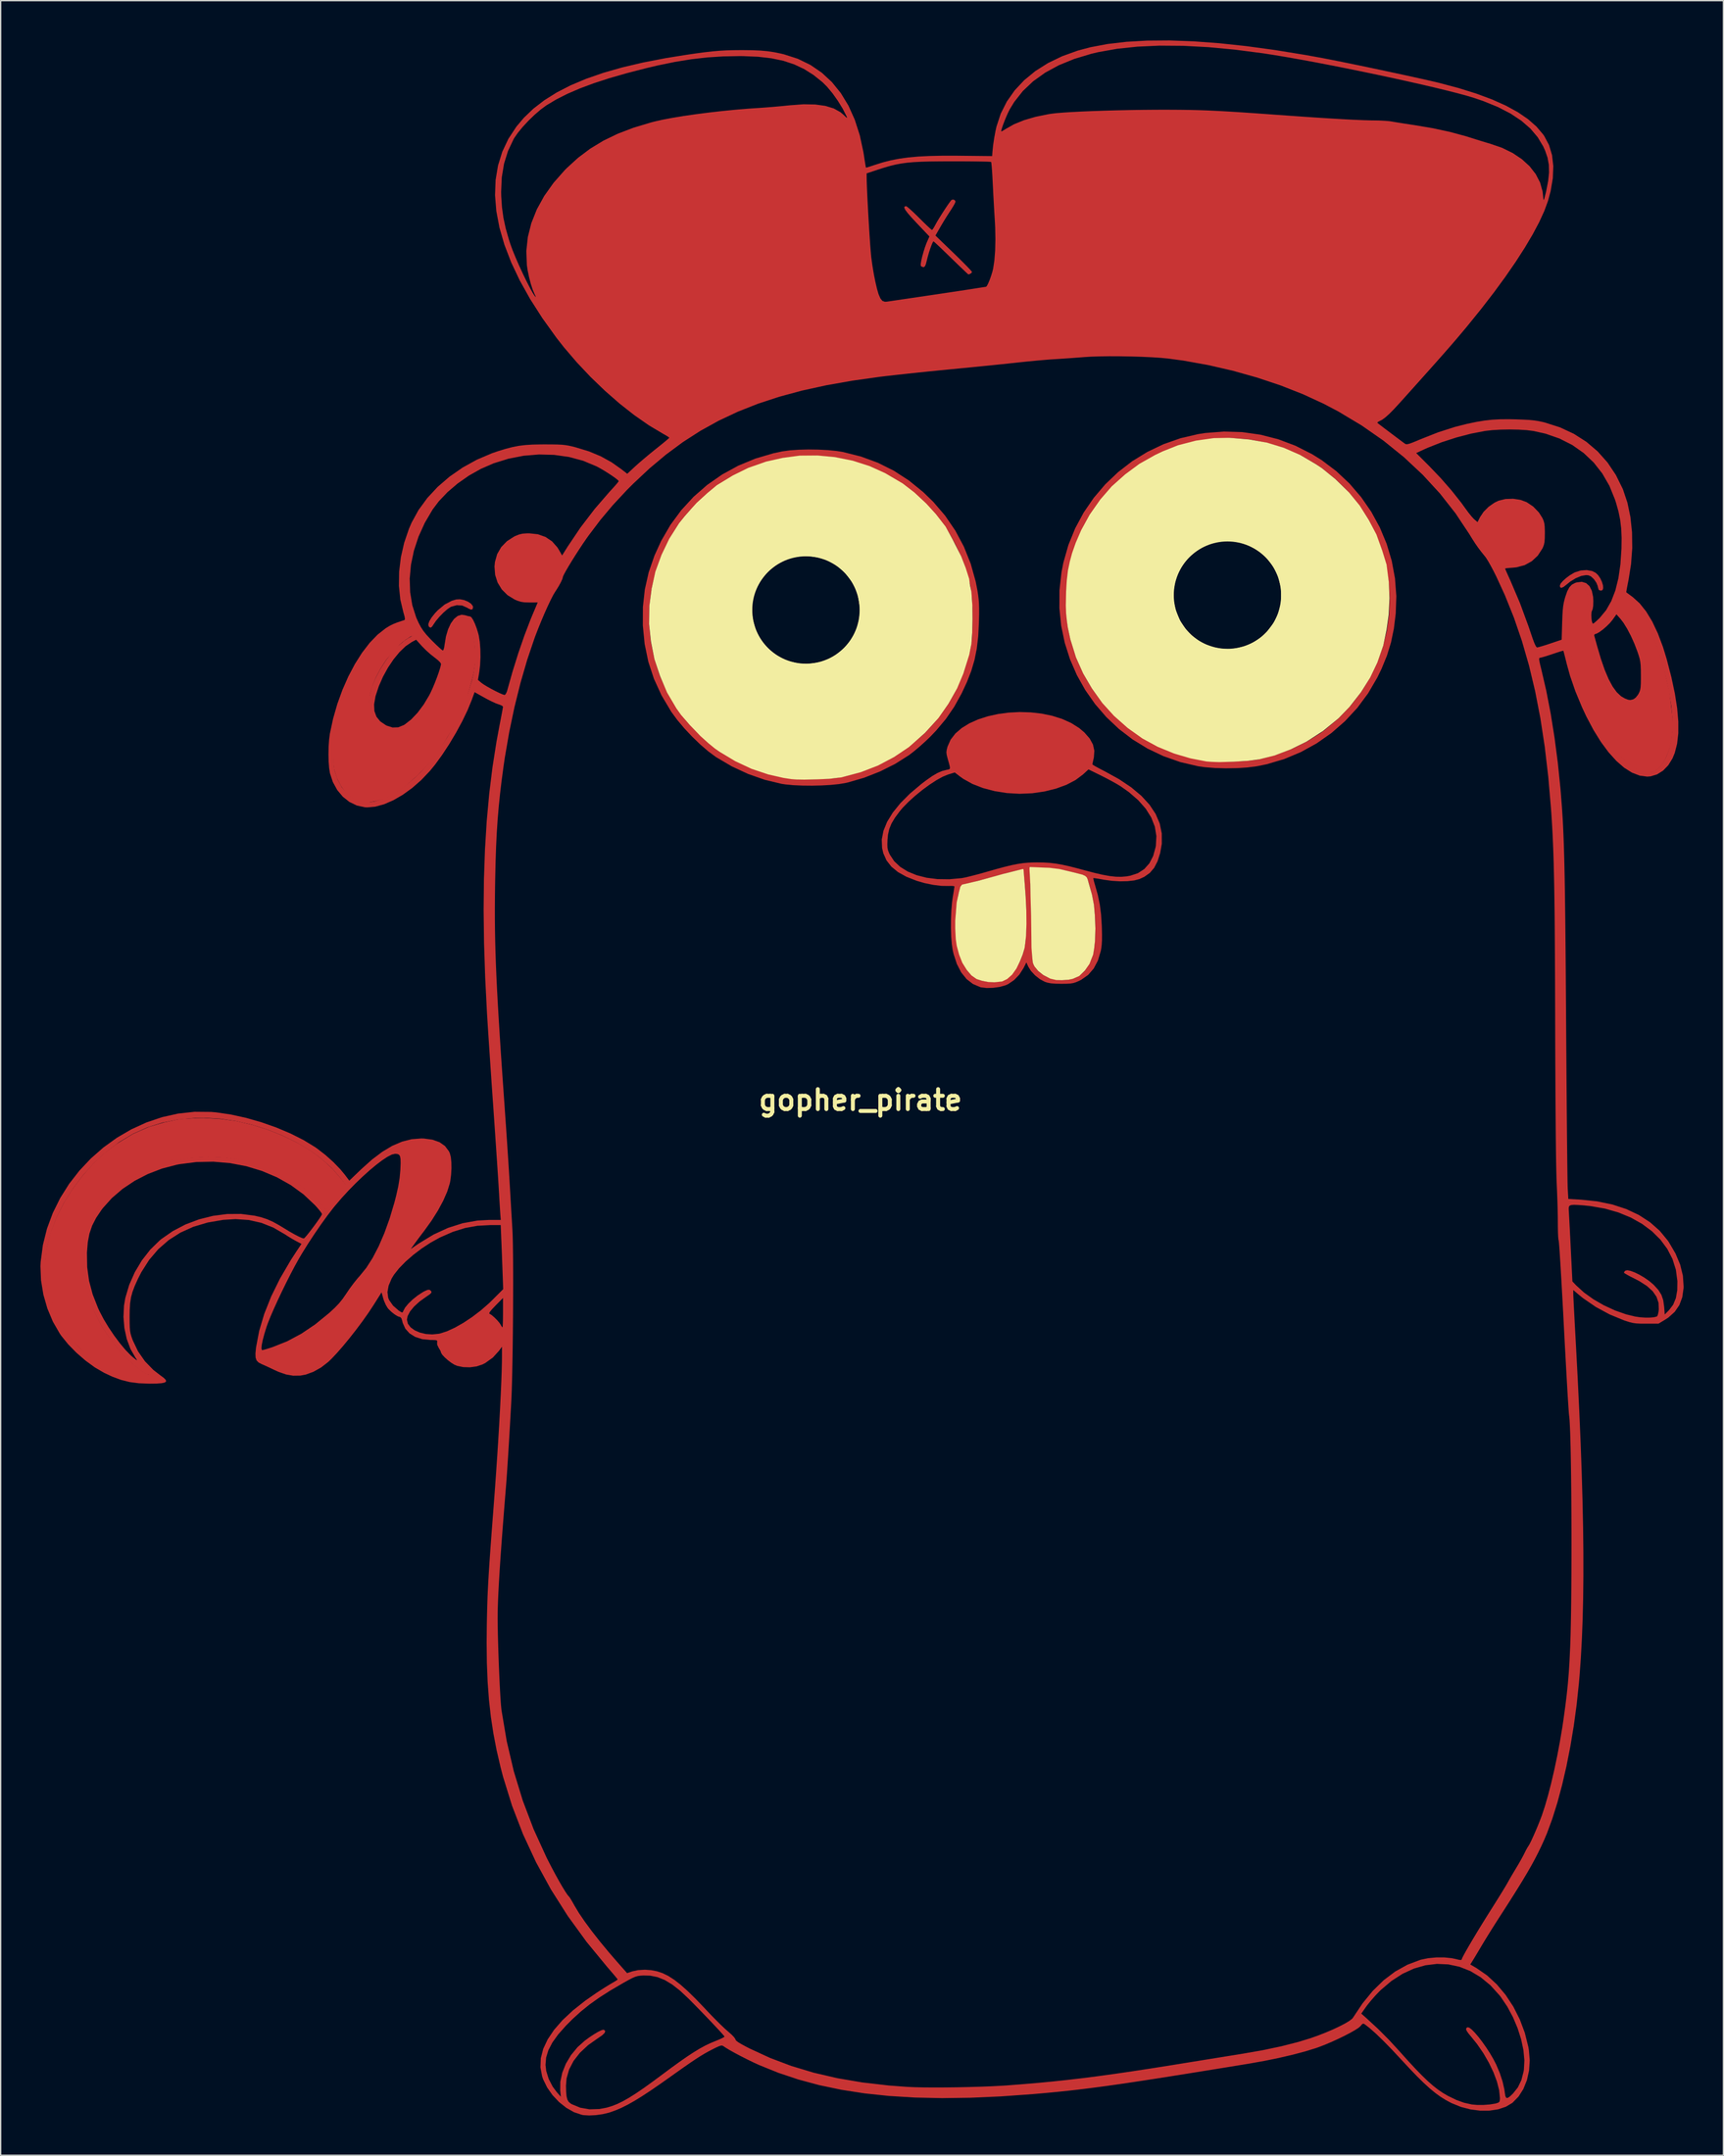
<source format=kicad_pcb>
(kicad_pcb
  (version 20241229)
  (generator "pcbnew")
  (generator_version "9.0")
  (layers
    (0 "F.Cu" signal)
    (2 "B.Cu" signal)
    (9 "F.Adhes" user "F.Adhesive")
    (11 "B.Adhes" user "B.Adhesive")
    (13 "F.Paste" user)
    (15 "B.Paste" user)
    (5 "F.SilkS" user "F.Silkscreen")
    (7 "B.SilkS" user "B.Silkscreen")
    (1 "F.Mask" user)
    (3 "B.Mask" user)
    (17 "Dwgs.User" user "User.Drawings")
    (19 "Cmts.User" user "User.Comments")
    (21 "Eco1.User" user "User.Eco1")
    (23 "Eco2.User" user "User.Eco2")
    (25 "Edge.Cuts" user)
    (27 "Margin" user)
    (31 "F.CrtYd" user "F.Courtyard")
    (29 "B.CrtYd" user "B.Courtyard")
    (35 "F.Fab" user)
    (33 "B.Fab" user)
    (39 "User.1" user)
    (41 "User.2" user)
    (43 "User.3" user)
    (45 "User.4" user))
  (footprint "gopher_pirate"
    (layer "F.Cu")
    (at 61.844 79.893)
    (property "Reference" "gopher_pirate" (at 0 0 0) (layer "F.SilkS") (effects (font (size 1.5 1.5) (thickness 0.3))))
    (attr board_only exclude_from_pos_files exclude_from_bom)
    (fp_poly (pts (xy -29.897 -37.699) (xy -29.607 -37.583) (xy -29.375 -37.43) (xy -29.238 -37.256) (xy -29.218 -37.164) (xy -29.256 -37.009) (xy -29.376 -36.978) (xy -29.584 -37.071) (xy -29.663 -37.122) (xy -30.037 -37.287) (xy -30.448 -37.312) (xy -30.86 -37.198) (xy -30.916 -37.171) (xy -31.162 -37.004) (xy -31.454 -36.748) (xy -31.751 -36.444) (xy -32.013 -36.132) (xy -32.173 -35.899) (xy -32.309 -35.694) (xy -32.411 -35.618) (xy -32.508 -35.658) (xy -32.563 -35.718) (xy -32.594 -35.871) (xy -32.516 -36.102) (xy -32.342 -36.389) (xy -32.084 -36.712) (xy -31.877 -36.931) (xy -31.36 -37.36) (xy -30.82 -37.645) (xy -30.49 -37.744) (xy -30.205 -37.758)) (stroke (width 0) (type solid)) (fill yes) (layer "F.Cu"))
    (fp_poly (pts (xy 55.185 -39.887) (xy 55.451 -39.753) (xy 55.639 -39.573) (xy 55.799 -39.336) (xy 55.922 -39.073) (xy 55.999 -38.818) (xy 56.018 -38.601) (xy 55.97 -38.456) (xy 55.869 -38.412) (xy 55.727 -38.438) (xy 55.683 -38.47) (xy 55.645 -38.581) (xy 55.597 -38.77) (xy 55.594 -38.783) (xy 55.506 -38.998) (xy 55.35 -39.233) (xy 55.284 -39.309) (xy 55.086 -39.488) (xy 54.9 -39.566) (xy 54.725 -39.58) (xy 54.363 -39.518) (xy 53.953 -39.349) (xy 53.534 -39.092) (xy 53.275 -38.884) (xy 53.025 -38.687) (xy 52.857 -38.616) (xy 52.768 -38.671) (xy 52.748 -38.796) (xy 52.811 -38.945) (xy 52.979 -39.142) (xy 53.22 -39.359) (xy 53.504 -39.57) (xy 53.798 -39.746) (xy 53.89 -39.791) (xy 54.331 -39.931) (xy 54.777 -39.962)) (stroke (width 0) (type solid)) (fill yes) (layer "F.Cu"))
    (fp_poly (pts (xy 7.142 -67.819) (xy 7.168 -67.734) (xy 7.127 -67.622) (xy 7.016 -67.419) (xy 6.858 -67.163) (xy 6.791 -67.061) (xy 6.569 -66.72) (xy 6.318 -66.318) (xy 6.085 -65.928) (xy 6.035 -65.841) (xy 5.656 -65.183) (xy 7.035 -63.852) (xy 7.417 -63.481) (xy 7.757 -63.142) (xy 8.043 -62.852) (xy 8.257 -62.627) (xy 8.385 -62.481) (xy 8.415 -62.434) (xy 8.352 -62.342) (xy 8.216 -62.268) (xy 8.138 -62.253) (xy 8.075 -62.305) (xy 7.918 -62.451) (xy 7.682 -62.676) (xy 7.382 -62.963) (xy 7.036 -63.299) (xy 6.829 -63.5) (xy 6.463 -63.856) (xy 6.134 -64.172) (xy 5.858 -64.434) (xy 5.652 -64.625) (xy 5.532 -64.731) (xy 5.509 -64.747) (xy 5.454 -64.677) (xy 5.372 -64.491) (xy 5.273 -64.224) (xy 5.17 -63.91) (xy 5.075 -63.582) (xy 5.011 -63.325) (xy 4.938 -63.038) (xy 4.87 -62.875) (xy 4.794 -62.807) (xy 4.742 -62.799) (xy 4.597 -62.85) (xy 4.549 -62.911) (xy 4.547 -63.049) (xy 4.588 -63.296) (xy 4.662 -63.614) (xy 4.76 -63.967) (xy 4.871 -64.316) (xy 4.986 -64.625) (xy 5.016 -64.694) (xy 5.202 -65.114) (xy 4.229 -66.139) (xy 3.842 -66.555) (xy 3.564 -66.876) (xy 3.389 -67.11) (xy 3.31 -67.268) (xy 3.321 -67.36) (xy 3.417 -67.395) (xy 3.447 -67.396) (xy 3.533 -67.343) (xy 3.708 -67.197) (xy 3.95 -66.977) (xy 4.238 -66.701) (xy 4.441 -66.5) (xy 4.745 -66.198) (xy 5.012 -65.94) (xy 5.222 -65.744) (xy 5.356 -65.627) (xy 5.393 -65.604) (xy 5.458 -65.667) (xy 5.562 -65.831) (xy 5.64 -65.974) (xy 5.76 -66.193) (xy 5.93 -66.476) (xy 6.129 -66.795) (xy 6.338 -67.12) (xy 6.538 -67.42) (xy 6.71 -67.666) (xy 6.833 -67.828) (xy 6.879 -67.875) (xy 7.024 -67.897)) (stroke (width 0) (type solid)) (fill yes) (layer "F.Cu"))
    (fp_poly (pts (xy -55.88 3.23) (xy -54.84 2.6) (xy -53.66 2.08) (xy -52.52 1.74) (xy -51.33 1.49) (xy -50.07 1.41) (xy -49.53 1.4) (xy -48.23 1.48) (xy -47.06 1.64) (xy -45.87 1.92) (xy -44.72 2.28) (xy -43.59 2.73) (xy -42.5 3.26) (xy -41.54 3.83) (xy -40.63 4.5) (xy -39.85 5.22) (xy -39.19 5.98) (xy -38.84 6.43) (xy -39.84 7.68) (xy -40.31 8.21) (xy -40.52 7.97) (xy -41.21 7.24) (xy -42.09 6.49) (xy -43.08 5.84) (xy -44.14 5.28) (xy -45.39 4.8) (xy -46.62 4.49) (xy -47.87 4.3) (xy -49.21 4.24) (xy -50.48 4.32) (xy -51.78 4.53) (xy -52.97 4.85) (xy -54.48 5.46) (xy -55.42 5.98) (xy -56.16 6.54) (xy -56.89 7.21) (xy -57.51 7.95) (xy -57.9 8.59) (xy -58.22 9.31) (xy -58.5 10.12) (xy -58.56 10.41) (xy -58.61 10.82) (xy -58.65 11.37) (xy -58.67 11.99) (xy -58.67 12.48) (xy -58.64 13.06) (xy -58.57 13.53) (xy -58.29 14.69) (xy -57.84 15.93) (xy -57.26 17.08) (xy -56.54 18.15) (xy -56.01 18.79) (xy -55.7 19.16) (xy -55.34 19.52) (xy -54.99 19.85) (xy -54.7 20.09) (xy -54.24 20.45) (xy -54.05 20.58) (xy -53.82 20.71) (xy -53.7 20.73) (xy -53.68 20.73) (xy -53.55 20.76) (xy -53.39 20.87) (xy -53.19 21.04) (xy -53.73 21.04) (xy -54.07 21.02) (xy -55.05 20.88) (xy -56.01 20.58) (xy -56.94 20.16) (xy -57.83 19.58) (xy -58.63 18.89) (xy -59.5 17.98) (xy -60.01 17.31) (xy -60.46 16.56) (xy -60.88 15.69) (xy -61.02 15.31) (xy -61.28 14.38) (xy -61.43 13.32) (xy -61.45 12.29) (xy -61.33 11.2) (xy -61.03 9.99) (xy -60.58 8.85) (xy -60.02 7.75) (xy -59.39 6.74) (xy -58.64 5.75) (xy -57.8 4.8) (xy -56.87 3.94) (xy -56.13 3.39)) (stroke (width 0.1) (type solid)) (fill yes) (layer "F.Cu"))
    (fp_poly (pts (xy 57.26 -37.06) (xy 57.53 -37.74) (xy 57.57 -37.82) (xy 57.64 -37.82) (xy 57.8 -37.74) (xy 58.03 -37.56) (xy 58.22 -37.38) (xy 58.29 -37.32) (xy 58.5 -37.1) (xy 58.86 -36.65) (xy 59.27 -35.97) (xy 59.65 -35.17) (xy 60.03 -34.2) (xy 60.38 -33.12) (xy 60.69 -31.97) (xy 60.88 -31.12) (xy 60.97 -30.75) (xy 61.2 -28.77) (xy 61.21 -27.89) (xy 61.13 -27.14) (xy 60.98 -26.52) (xy 60.76 -25.95) (xy 60.51 -25.46) (xy 60.21 -25.08) (xy 59.88 -24.83) (xy 59.67 -24.76) (xy 59.31 -24.73) (xy 58.85 -24.84) (xy 58.56 -24.98) (xy 58.39 -25.07) (xy 57.92 -25.41) (xy 57.49 -25.8) (xy 57.19 -26.1) (xy 56.9 -26.41) (xy 56.39 -27.07) (xy 55.89 -27.79) (xy 55.43 -28.57) (xy 54.96 -29.46) (xy 54.57 -30.33) (xy 54.21 -31.25) (xy 54 -31.87) (xy 53.77 -32.73) (xy 53.67 -33.08) (xy 53.49 -33.98) (xy 53.44 -34.22) (xy 53.33 -35.32) (xy 53.33 -36.33) (xy 53.43 -37.28) (xy 53.66 -38.13) (xy 53.83 -38.47) (xy 54.01 -38.6) (xy 54.27 -38.64) (xy 54.41 -38.62) (xy 54.59 -38.51) (xy 54.74 -38.28) (xy 54.83 -37.94) (xy 54.87 -37.78) (xy 54.89 -37.57) (xy 54.87 -37.43) (xy 54.79 -37.28) (xy 54.73 -37.15) (xy 54.69 -36.99) (xy 54.69 -36.75) (xy 54.7 -36.58) (xy 54.71 -36.4) (xy 54.73 -36.2) (xy 54.75 -35.99) (xy 54.81 -35.6) (xy 54.89 -35.15) (xy 54.97 -34.82) (xy 55.09 -34.32) (xy 55.2 -33.93) (xy 55.34 -33.45) (xy 55.64 -32.61) (xy 55.79 -32.25) (xy 56.1 -31.52) (xy 56.36 -31.03) (xy 56.72 -30.5) (xy 57.08 -30.12) (xy 57.45 -29.89) (xy 57.84 -29.8) (xy 58.25 -29.86) (xy 58.7 -30.06) (xy 58.89 -30.2) (xy 59.16 -30.51) (xy 59.34 -30.94) (xy 59.43 -31.46) (xy 59.43 -32.12) (xy 59.32 -32.94) (xy 59.08 -33.83) (xy 58.76 -34.6) (xy 58.64 -34.87) (xy 58.51 -35.13) (xy 58.32 -35.46) (xy 57.87 -36.18) (xy 57.59 -36.58) (xy 57.38 -36.81) (xy 57.26 -36.94)) (stroke (width 0.1) (type solid)) (fill yes) (layer "F.Cu"))
    (fp_poly (pts (xy -30.17 -36.2) (xy -29.92 -36.19) (xy -29.67 -36.07) (xy -29.5 -35.86) (xy -29.36 -35.49) (xy -29.22 -34.92) (xy -29.13 -34.26) (xy -29.09 -33.51) (xy -29.12 -32.91) (xy -29.22 -32.22) (xy -29.34 -31.71) (xy -29.69 -30.46) (xy -30.028 -29.563) (xy -30.54 -28.486) (xy -31.05 -27.63) (xy -31.776 -26.44) (xy -32.466 -25.531) (xy -33.4 -24.55) (xy -34.399 -23.668) (xy -35.16 -23.135) (xy -35.893 -22.766) (xy -36.53 -22.6) (xy -36.96 -22.52) (xy -37.217 -22.467) (xy -37.76 -22.56) (xy -38.272 -22.794) (xy -38.741 -23.155) (xy -39.13 -23.7) (xy -39.43 -24.27) (xy -39.64 -24.95) (xy -39.71 -25.48) (xy -39.73 -26.03) (xy -39.72 -26.6) (xy -39.66 -27.26) (xy -39.57 -27.85) (xy -39.47 -28.34) (xy -39.28 -29.04) (xy -39.02 -29.87) (xy -38.6 -30.98) (xy -38.05 -32.2) (xy -37.78 -32.73) (xy -37.36 -33.42) (xy -36.88 -34.07) (xy -36.42 -34.57) (xy -35.88 -35.05) (xy -35.37 -35.41) (xy -34.88 -35.65) (xy -34.38 -35.83) (xy -34.22 -35.85) (xy -34.12 -35.81) (xy -34.04 -35.68) (xy -33.96 -35.53) (xy -33.85 -35.3) (xy -33.79 -35.17) (xy -33.751 -35.049) (xy -33.94 -35) (xy -34.133 -34.87) (xy -34.34 -34.74) (xy -34.62 -34.52) (xy -34.81 -34.35) (xy -35.33 -33.753) (xy -35.63 -33.43) (xy -35.83 -33.19) (xy -35.98 -32.96) (xy -36.24 -32.55) (xy -36.5 -32.06) (xy -36.6 -31.87) (xy -36.85 -31.24) (xy -37.03 -30.61) (xy -37.07 -30.37) (xy -37.09 -29.72) (xy -36.99 -29.15) (xy -36.75 -28.64) (xy -36.4 -28.23) (xy -35.91 -27.91) (xy -35.61 -27.79) (xy -35.13 -27.71) (xy -34.66 -27.78) (xy -34.19 -27.99) (xy -33.74 -28.34) (xy -33.24 -28.87) (xy -32.76 -29.54) (xy -32.49 -29.99) (xy -32.15 -30.61) (xy -31.85 -31.23) (xy -31.52 -32.01) (xy -31.27 -32.69) (xy -31.09 -33.35) (xy -31.02 -33.77) (xy -30.96 -34.19) (xy -30.92 -34.41) (xy -30.87 -34.55) (xy -30.83 -34.73) (xy -30.81 -34.97) (xy -30.76 -35.26) (xy -30.65 -35.57) (xy -30.51 -35.87) (xy -30.36 -36.09) (xy -30.23 -36.2)) (stroke (width 0.1) (type solid)) (fill yes) (layer "F.Cu"))
    (fp_poly (pts (xy 28.799 -50.362) (xy 30.172 -50.167) (xy 31.513 -49.823) (xy 32.814 -49.332) (xy 34.064 -48.697) (xy 34.793 -48.243) (xy 35.888 -47.419) (xy 36.88 -46.488) (xy 37.761 -45.462) (xy 38.527 -44.354) (xy 39.171 -43.175) (xy 39.688 -41.938) (xy 40.071 -40.653) (xy 40.316 -39.334) (xy 40.417 -37.992) (xy 40.371 -36.679) (xy 40.231 -35.546) (xy 40.016 -34.508) (xy 39.712 -33.516) (xy 39.305 -32.522) (xy 38.984 -31.861) (xy 38.289 -30.67) (xy 37.473 -29.57) (xy 36.546 -28.569) (xy 35.521 -27.674) (xy 34.408 -26.895) (xy 33.217 -26.237) (xy 31.96 -25.71) (xy 30.647 -25.322) (xy 29.886 -25.167) (xy 29.187 -25.078) (xy 28.394 -25.026) (xy 27.56 -25.012) (xy 26.736 -25.035) (xy 25.974 -25.097) (xy 25.478 -25.167) (xy 24.133 -25.48) (xy 22.857 -25.927) (xy 21.653 -26.499) (xy 20.53 -27.187) (xy 19.493 -27.981) (xy 18.547 -28.873) (xy 17.699 -29.854) (xy 16.955 -30.914) (xy 16.321 -32.044) (xy 15.803 -33.236) (xy 15.407 -34.479) (xy 15.138 -35.766) (xy 15.004 -37.087) (xy 15.006 -37.383) (xy 15.515 -37.383) (xy 15.533 -36.695) (xy 15.588 -36.068) (xy 15.682 -35.457) (xy 15.821 -34.814) (xy 15.862 -34.648) (xy 16.259 -33.389) (xy 16.798 -32.176) (xy 17.468 -31.023) (xy 18.26 -29.945) (xy 19.161 -28.956) (xy 20.163 -28.07) (xy 21.255 -27.302) (xy 21.31 -27.268) (xy 22.438 -26.659) (xy 23.653 -26.16) (xy 24.919 -25.785) (xy 26.108 -25.557) (xy 26.506 -25.521) (xy 27.018 -25.504) (xy 27.604 -25.505) (xy 28.223 -25.522) (xy 28.835 -25.554) (xy 29.401 -25.599) (xy 29.879 -25.656) (xy 30.136 -25.701) (xy 31.345 -26.027) (xy 32.532 -26.474) (xy 33.662 -27.028) (xy 34.698 -27.672) (xy 34.99 -27.884) (xy 36.039 -28.766) (xy 36.962 -29.728) (xy 37.76 -30.76) (xy 38.431 -31.851) (xy 38.978 -32.99) (xy 39.399 -34.169) (xy 39.696 -35.377) (xy 39.868 -36.602) (xy 39.917 -37.836) (xy 39.842 -39.068) (xy 39.644 -40.287) (xy 39.323 -41.484) (xy 38.879 -42.647) (xy 38.313 -43.768) (xy 37.625 -44.835) (xy 36.815 -45.839) (xy 35.885 -46.768) (xy 34.833 -47.614) (xy 34.338 -47.953) (xy 33.156 -48.631) (xy 31.917 -49.168) (xy 30.632 -49.562) (xy 29.315 -49.813) (xy 27.978 -49.918) (xy 26.634 -49.875) (xy 25.294 -49.684) (xy 23.972 -49.342) (xy 23.881 -49.312) (xy 23.526 -49.183) (xy 23.09 -49.005) (xy 22.633 -48.802) (xy 22.244 -48.617) (xy 21.052 -47.938) (xy 19.952 -47.138) (xy 18.954 -46.227) (xy 18.066 -45.213) (xy 17.295 -44.106) (xy 16.649 -42.914) (xy 16.274 -42.026) (xy 16.007 -41.265) (xy 15.809 -40.564) (xy 15.671 -39.874) (xy 15.582 -39.142) (xy 15.533 -38.316) (xy 15.528 -38.178) (xy 15.515 -37.383) (xy 15.006 -37.383) (xy 15.01 -38.432) (xy 15.162 -39.793) (xy 15.305 -40.525) (xy 15.683 -41.851) (xy 16.196 -43.112) (xy 16.837 -44.3) (xy 17.597 -45.408) (xy 18.466 -46.427) (xy 19.435 -47.349) (xy 20.495 -48.166) (xy 21.638 -48.869) (xy 22.854 -49.45) (xy 24.135 -49.901) (xy 25.47 -50.213) (xy 26 -50.295) (xy 27.405 -50.405)) (stroke (width 0) (type solid)) (fill yes) (layer "F.Cu"))
    (fp_poly (pts (xy -3.183 -49.043) (xy -2.458 -49.005) (xy -1.8 -48.941) (xy -1.338 -48.867) (xy 0.032 -48.522) (xy 1.313 -48.052) (xy 2.517 -47.452) (xy 3.653 -46.717) (xy 4.731 -45.842) (xy 5.499 -45.097) (xy 6.387 -44.062) (xy 7.158 -42.933) (xy 7.803 -41.722) (xy 8.315 -40.443) (xy 8.689 -39.109) (xy 8.813 -38.482) (xy 8.873 -38.108) (xy 8.914 -37.776) (xy 8.94 -37.447) (xy 8.951 -37.083) (xy 8.951 -36.646) (xy 8.939 -36.099) (xy 8.936 -35.996) (xy 8.883 -34.967) (xy 8.776 -34.046) (xy 8.605 -33.191) (xy 8.36 -32.362) (xy 8.031 -31.517) (xy 7.631 -30.659) (xy 7.075 -29.655) (xy 6.445 -28.736) (xy 5.709 -27.859) (xy 5.258 -27.388) (xy 4.886 -27.032) (xy 4.475 -26.663) (xy 4.071 -26.322) (xy 3.719 -26.048) (xy 3.661 -26.005) (xy 2.624 -25.35) (xy 1.485 -24.778) (xy 0.286 -24.305) (xy -0.935 -23.95) (xy -1.109 -23.91) (xy -1.61 -23.825) (xy -2.225 -23.762) (xy -2.916 -23.722) (xy -3.643 -23.705) (xy -4.366 -23.711) (xy -5.046 -23.741) (xy -5.642 -23.797) (xy -5.951 -23.843) (xy -7.211 -24.145) (xy -8.471 -24.587) (xy -9.7 -25.158) (xy -10.867 -25.845) (xy -10.911 -25.874) (xy -11.477 -26.292) (xy -12.083 -26.813) (xy -12.698 -27.405) (xy -13.289 -28.035) (xy -13.821 -28.668) (xy -14.264 -29.272) (xy -14.281 -29.298) (xy -15.004 -30.516) (xy -15.575 -31.764) (xy -15.998 -33.05) (xy -16.275 -34.385) (xy -16.412 -35.779) (xy -16.413 -35.802) (xy -16.412 -35.873) (xy -15.934 -35.873) (xy -15.807 -34.555) (xy -15.536 -33.252) (xy -15.122 -31.972) (xy -14.563 -30.728) (xy -13.861 -29.531) (xy -13.859 -29.529) (xy -13.498 -29.037) (xy -13.039 -28.494) (xy -12.514 -27.931) (xy -11.957 -27.383) (xy -11.4 -26.881) (xy -10.876 -26.459) (xy -10.6 -26.264) (xy -9.418 -25.563) (xy -8.192 -24.998) (xy -6.941 -24.576) (xy -6.167 -24.391) (xy -5.778 -24.315) (xy -5.464 -24.258) (xy -5.187 -24.219) (xy -4.914 -24.195) (xy -4.609 -24.183) (xy -4.237 -24.182) (xy -3.762 -24.187) (xy -3.467 -24.192) (xy -2.834 -24.208) (xy -2.319 -24.236) (xy -1.884 -24.279) (xy -1.492 -24.34) (xy -1.298 -24.379) (xy 0.062 -24.744) (xy 1.343 -25.244) (xy 2.545 -25.879) (xy 3.672 -26.649) (xy 4.723 -27.555) (xy 4.909 -27.737) (xy 5.834 -28.765) (xy 6.623 -29.866) (xy 7.279 -31.044) (xy 7.806 -32.305) (xy 8.206 -33.656) (xy 8.273 -33.944) (xy 8.333 -34.239) (xy 8.378 -34.524) (xy 8.409 -34.829) (xy 8.429 -35.187) (xy 8.44 -35.629) (xy 8.445 -36.187) (xy 8.445 -36.347) (xy 8.439 -37.096) (xy 8.412 -37.729) (xy 8.36 -38.285) (xy 8.278 -38.803) (xy 8.158 -39.322) (xy 7.997 -39.882) (xy 7.904 -40.173) (xy 7.714 -40.683) (xy 7.458 -41.271) (xy 7.161 -41.887) (xy 6.847 -42.482) (xy 6.54 -43.007) (xy 6.367 -43.271) (xy 5.682 -44.164) (xy 4.894 -45.02) (xy 4.042 -45.801) (xy 3.165 -46.47) (xy 3.06 -46.541) (xy 1.88 -47.234) (xy 0.65 -47.785) (xy -0.62 -48.193) (xy -1.917 -48.458) (xy -3.23 -48.582) (xy -4.547 -48.563) (xy -5.857 -48.402) (xy -7.148 -48.099) (xy -8.41 -47.655) (xy -9.629 -47.07) (xy -10.795 -46.343) (xy -10.808 -46.334) (xy -11.287 -45.964) (xy -11.815 -45.501) (xy -12.357 -44.98) (xy -12.876 -44.438) (xy -13.336 -43.911) (xy -13.688 -43.454) (xy -14.42 -42.284) (xy -15.009 -41.061) (xy -15.455 -39.798) (xy -15.758 -38.505) (xy -15.918 -37.193) (xy -15.934 -35.873) (xy -16.412 -35.873) (xy -16.407 -37.177) (xy -16.262 -38.497) (xy -15.973 -39.782) (xy -15.537 -41.048) (xy -15.029 -42.159) (xy -14.329 -43.369) (xy -13.51 -44.48) (xy -12.582 -45.488) (xy -11.552 -46.386) (xy -10.428 -47.169) (xy -9.217 -47.83) (xy -7.928 -48.364) (xy -6.569 -48.765) (xy -5.883 -48.911) (xy -5.327 -48.987) (xy -4.662 -49.034) (xy -3.933 -49.053)) (stroke (width 0) (type solid)) (fill yes) (layer "F.Cu"))
    (fp_poly (pts (xy 12.848 -29.231) (xy 13.669 -29.138) (xy 14.461 -28.974) (xy 15.208 -28.738) (xy 15.894 -28.429) (xy 16.504 -28.044) (xy 16.893 -27.713) (xy 17.29 -27.259) (xy 17.537 -26.805) (xy 17.641 -26.338) (xy 17.606 -25.842) (xy 17.591 -25.773) (xy 17.538 -25.534) (xy 17.502 -25.362) (xy 17.494 -25.309) (xy 17.559 -25.258) (xy 17.738 -25.151) (xy 18.006 -25.005) (xy 18.337 -24.833) (xy 18.427 -24.788) (xy 19.5 -24.197) (xy 20.421 -23.58) (xy 21.187 -22.938) (xy 21.801 -22.269) (xy 22.262 -21.574) (xy 22.57 -20.852) (xy 22.725 -20.103) (xy 22.728 -19.327) (xy 22.606 -18.628) (xy 22.407 -18.004) (xy 22.152 -17.51) (xy 21.824 -17.126) (xy 21.408 -16.831) (xy 21.037 -16.66) (xy 20.65 -16.559) (xy 20.152 -16.503) (xy 19.581 -16.492) (xy 18.976 -16.527) (xy 18.374 -16.609) (xy 18.282 -16.626) (xy 17.974 -16.682) (xy 17.731 -16.721) (xy 17.587 -16.736) (xy 17.564 -16.733) (xy 17.572 -16.651) (xy 17.619 -16.462) (xy 17.694 -16.206) (xy 17.695 -16.203) (xy 17.904 -15.461) (xy 18.052 -14.746) (xy 18.148 -13.999) (xy 18.201 -13.164) (xy 18.205 -13.051) (xy 18.219 -12.493) (xy 18.217 -12.055) (xy 18.197 -11.703) (xy 18.158 -11.402) (xy 18.127 -11.239) (xy 17.911 -10.521) (xy 17.594 -9.92) (xy 17.174 -9.436) (xy 16.653 -9.068) (xy 16.488 -8.986) (xy 16.258 -8.886) (xy 16.056 -8.822) (xy 15.836 -8.786) (xy 15.551 -8.769) (xy 15.157 -8.765) (xy 15.154 -8.765) (xy 14.702 -8.773) (xy 14.364 -8.801) (xy 14.096 -8.854) (xy 13.91 -8.915) (xy 13.535 -9.114) (xy 13.168 -9.404) (xy 12.857 -9.739) (xy 12.658 -10.057) (xy 12.514 -10.376) (xy 12.299 -9.951) (xy 11.985 -9.46) (xy 11.588 -9.047) (xy 11.142 -8.743) (xy 10.939 -8.652) (xy 10.499 -8.53) (xy 10.006 -8.461) (xy 9.521 -8.448) (xy 9.105 -8.498) (xy 9.034 -8.516) (xy 8.483 -8.752) (xy 8.003 -9.123) (xy 7.598 -9.628) (xy 7.271 -10.262) (xy 7.022 -11.022) (xy 6.959 -11.298) (xy 6.89 -11.754) (xy 6.845 -12.322) (xy 6.824 -12.962) (xy 6.827 -13.455) (xy 7.175 -13.455) (xy 7.177 -12.762) (xy 7.218 -12.128) (xy 7.291 -11.63) (xy 7.477 -10.939) (xy 7.729 -10.324) (xy 8.036 -9.805) (xy 8.385 -9.402) (xy 8.742 -9.147) (xy 9.141 -9.001) (xy 9.621 -8.916) (xy 10.122 -8.896) (xy 10.578 -8.946) (xy 10.704 -8.978) (xy 11.068 -9.162) (xy 11.418 -9.481) (xy 11.742 -9.915) (xy 12.027 -10.445) (xy 12.257 -11.048) (xy 12.366 -11.445) (xy 12.428 -11.821) (xy 12.472 -12.324) (xy 12.498 -12.93) (xy 12.506 -13.611) (xy 12.497 -14.342) (xy 12.468 -15.095) (xy 12.421 -15.846) (xy 12.396 -16.156) (xy 12.287 -17.391) (xy 11.968 -17.341) (xy 11.794 -17.305) (xy 11.5 -17.233) (xy 11.114 -17.133) (xy 10.666 -17.012) (xy 10.183 -16.879) (xy 10.129 -16.864) (xy 9.628 -16.725) (xy 9.142 -16.594) (xy 8.704 -16.48) (xy 8.349 -16.391) (xy 8.109 -16.336) (xy 8.103 -16.335) (xy 7.828 -16.274) (xy 7.666 -16.212) (xy 7.576 -16.126) (xy 7.515 -15.988) (xy 7.508 -15.966) (xy 7.378 -15.462) (xy 7.278 -14.847) (xy 7.209 -14.164) (xy 7.175 -13.455) (xy 6.827 -13.455) (xy 6.828 -13.631) (xy 6.855 -14.289) (xy 6.906 -14.893) (xy 6.961 -15.29) (xy 7.016 -15.618) (xy 7.059 -15.888) (xy 7.085 -16.063) (xy 7.09 -16.108) (xy 7.02 -16.136) (xy 6.838 -16.146) (xy 6.653 -16.14) (xy 6.116 -16.147) (xy 5.494 -16.223) (xy 4.836 -16.358) (xy 4.248 -16.528) (xy 3.468 -16.835) (xy 2.831 -17.19) (xy 2.332 -17.6) (xy 1.965 -18.071) (xy 1.725 -18.607) (xy 1.631 -19.008) (xy 1.621 -19.269) (xy 2.029 -19.269) (xy 2.039 -19.024) (xy 2.08 -18.827) (xy 2.161 -18.623) (xy 2.215 -18.508) (xy 2.543 -18.011) (xy 2.999 -17.583) (xy 3.568 -17.23) (xy 4.237 -16.955) (xy 4.991 -16.763) (xy 5.816 -16.659) (xy 6.699 -16.648) (xy 7.624 -16.733) (xy 7.675 -16.74) (xy 7.903 -16.785) (xy 8.246 -16.866) (xy 8.669 -16.974) (xy 9.137 -17.1) (xy 9.541 -17.215) (xy 10.273 -17.423) (xy 10.743 -17.55) (xy 12.761 -17.55) (xy 12.808 -16.586) (xy 12.821 -16.266) (xy 12.836 -15.818) (xy 12.851 -15.27) (xy 12.867 -14.651) (xy 12.882 -13.988) (xy 12.896 -13.31) (xy 12.901 -13.012) (xy 12.914 -12.305) (xy 12.926 -11.737) (xy 12.937 -11.289) (xy 12.951 -10.945) (xy 12.967 -10.686) (xy 12.988 -10.495) (xy 13.014 -10.356) (xy 13.048 -10.249) (xy 13.09 -10.157) (xy 13.137 -10.073) (xy 13.414 -9.727) (xy 13.807 -9.423) (xy 14.275 -9.19) (xy 14.337 -9.168) (xy 14.735 -9.078) (xy 15.204 -9.046) (xy 15.672 -9.073) (xy 16.06 -9.157) (xy 16.525 -9.389) (xy 16.91 -9.745) (xy 17.204 -10.189) (xy 17.393 -10.59) (xy 17.532 -11.002) (xy 17.626 -11.457) (xy 17.683 -11.987) (xy 17.707 -12.626) (xy 17.709 -12.934) (xy 17.682 -13.883) (xy 17.598 -14.732) (xy 17.45 -15.525) (xy 17.248 -16.264) (xy 17.179 -16.492) (xy 17.124 -16.661) (xy 17.06 -16.786) (xy 16.964 -16.88) (xy 16.816 -16.956) (xy 16.592 -17.028) (xy 16.272 -17.11) (xy 15.832 -17.216) (xy 15.622 -17.267) (xy 14.968 -17.4) (xy 14.302 -17.481) (xy 13.763 -17.512) (xy 12.761 -17.55) (xy 10.743 -17.55) (xy 10.883 -17.587) (xy 11.4 -17.712) (xy 11.849 -17.802) (xy 12.257 -17.863) (xy 12.651 -17.899) (xy 13.058 -17.916) (xy 13.334 -17.919) (xy 13.825 -17.911) (xy 14.282 -17.883) (xy 14.736 -17.829) (xy 15.221 -17.744) (xy 15.768 -17.623) (xy 16.41 -17.46) (xy 16.868 -17.336) (xy 17.625 -17.136) (xy 18.26 -16.988) (xy 18.798 -16.89) (xy 19.262 -16.839) (xy 19.676 -16.832) (xy 20.064 -16.865) (xy 20.351 -16.915) (xy 20.928 -17.106) (xy 21.409 -17.42) (xy 21.793 -17.853) (xy 22.078 -18.406) (xy 22.262 -19.075) (xy 22.281 -19.186) (xy 22.319 -19.906) (xy 22.203 -20.611) (xy 21.935 -21.298) (xy 21.518 -21.965) (xy 20.952 -22.607) (xy 20.24 -23.223) (xy 19.626 -23.656) (xy 19.351 -23.823) (xy 18.984 -24.029) (xy 18.571 -24.25) (xy 18.16 -24.459) (xy 18.156 -24.461) (xy 17.2 -24.931) (xy 16.778 -24.545) (xy 16.224 -24.13) (xy 15.543 -23.773) (xy 14.756 -23.483) (xy 13.882 -23.266) (xy 12.967 -23.133) (xy 12.007 -23.091) (xy 11.049 -23.146) (xy 10.119 -23.293) (xy 9.242 -23.524) (xy 8.445 -23.835) (xy 7.753 -24.22) (xy 7.516 -24.39) (xy 7.112 -24.701) (xy 6.6 -24.542) (xy 6.198 -24.376) (xy 5.723 -24.113) (xy 5.201 -23.772) (xy 4.662 -23.376) (xy 4.131 -22.944) (xy 3.636 -22.498) (xy 3.206 -22.059) (xy 2.97 -21.782) (xy 2.605 -21.291) (xy 2.346 -20.858) (xy 2.176 -20.444) (xy 2.078 -20.011) (xy 2.041 -19.616) (xy 2.029 -19.269) (xy 1.621 -19.269) (xy 1.607 -19.645) (xy 1.735 -20.304) (xy 2.013 -20.982) (xy 2.44 -21.677) (xy 3.014 -22.385) (xy 3.732 -23.105) (xy 4.594 -23.832) (xy 4.939 -24.095) (xy 5.406 -24.424) (xy 5.8 -24.656) (xy 6.154 -24.809) (xy 6.494 -24.897) (xy 6.63 -24.922) (xy 6.715 -24.953) (xy 6.75 -25.02) (xy 6.738 -25.15) (xy 6.683 -25.373) (xy 6.585 -25.715) (xy 6.575 -25.751) (xy 6.505 -26.025) (xy 6.482 -26.224) (xy 6.508 -26.421) (xy 6.57 -26.654) (xy 6.801 -27.174) (xy 7.163 -27.641) (xy 7.639 -28.051) (xy 8.214 -28.405) (xy 8.872 -28.7) (xy 9.597 -28.934) (xy 10.374 -29.106) (xy 11.185 -29.214) (xy 12.015 -29.256)) (stroke (width 0) (type solid)) (fill yes) (layer "F.Cu"))
    (fp_poly (pts (xy 25.12 -79.828) (xy 27.056 -79.685) (xy 29.113 -79.465) (xy 31.288 -79.168) (xy 33.58 -78.794) (xy 34.828 -78.567) (xy 35.361 -78.465) (xy 36.004 -78.337) (xy 36.733 -78.189) (xy 37.526 -78.026) (xy 38.361 -77.852) (xy 39.214 -77.672) (xy 40.061 -77.491) (xy 40.882 -77.315) (xy 41.652 -77.147) (xy 42.349 -76.993) (xy 42.949 -76.858) (xy 43.431 -76.746) (xy 43.613 -76.702) (xy 45.102 -76.307) (xy 46.44 -75.889) (xy 47.631 -75.447) (xy 48.677 -74.979) (xy 49.582 -74.483) (xy 50.348 -73.959) (xy 50.981 -73.403) (xy 51.482 -72.815) (xy 51.574 -72.683) (xy 51.931 -72.009) (xy 52.158 -71.253) (xy 52.254 -70.419) (xy 52.219 -69.511) (xy 52.053 -68.533) (xy 51.848 -67.775) (xy 51.575 -67.03) (xy 51.19 -66.191) (xy 50.698 -65.267) (xy 50.105 -64.267) (xy 49.417 -63.199) (xy 48.639 -62.072) (xy 47.777 -60.894) (xy 46.835 -59.673) (xy 45.821 -58.419) (xy 45.641 -58.202) (xy 45.363 -57.871) (xy 45.088 -57.545) (xy 44.806 -57.214) (xy 44.505 -56.866) (xy 44.176 -56.489) (xy 43.809 -56.071) (xy 43.393 -55.602) (xy 42.918 -55.068) (xy 42.373 -54.459) (xy 41.75 -53.764) (xy 41.036 -52.969) (xy 40.679 -52.572) (xy 40.248 -52.104) (xy 39.894 -51.745) (xy 39.599 -51.481) (xy 39.349 -51.297) (xy 39.125 -51.18) (xy 39.08 -51.162) (xy 38.989 -51.094) (xy 39.002 -51.045) (xy 39.084 -50.981) (xy 39.264 -50.843) (xy 39.516 -50.651) (xy 39.815 -50.426) (xy 40.133 -50.186) (xy 40.444 -49.952) (xy 40.722 -49.743) (xy 40.942 -49.579) (xy 41.066 -49.488) (xy 41.139 -49.453) (xy 41.241 -49.45) (xy 41.396 -49.487) (xy 41.63 -49.571) (xy 41.966 -49.708) (xy 42.21 -49.812) (xy 43.556 -50.344) (xy 44.836 -50.755) (xy 45.752 -50.986) (xy 46.452 -51.132) (xy 47.072 -51.235) (xy 47.663 -51.299) (xy 48.276 -51.331) (xy 48.962 -51.334) (xy 49.431 -51.324) (xy 49.995 -51.304) (xy 50.442 -51.279) (xy 50.808 -51.244) (xy 51.132 -51.194) (xy 51.453 -51.127) (xy 51.618 -51.086) (xy 52.757 -50.722) (xy 53.804 -50.235) (xy 54.753 -49.628) (xy 55.601 -48.906) (xy 56.343 -48.072) (xy 56.974 -47.131) (xy 57.491 -46.085) (xy 57.519 -46.016) (xy 57.846 -45.037) (xy 58.071 -43.963) (xy 58.192 -42.817) (xy 58.209 -41.623) (xy 58.119 -40.405) (xy 57.936 -39.254) (xy 57.863 -38.891) (xy 57.806 -38.589) (xy 57.769 -38.378) (xy 57.757 -38.287) (xy 57.758 -38.285) (xy 57.823 -38.235) (xy 57.983 -38.117) (xy 58.203 -37.955) (xy 58.245 -37.924) (xy 58.766 -37.455) (xy 59.258 -36.838) (xy 59.718 -36.079) (xy 60.142 -35.182) (xy 60.529 -34.153) (xy 60.807 -33.244) (xy 61.16 -31.888) (xy 61.423 -30.655) (xy 61.597 -29.54) (xy 61.683 -28.539) (xy 61.682 -27.647) (xy 61.592 -26.86) (xy 61.415 -26.172) (xy 61.247 -25.765) (xy 60.929 -25.248) (xy 60.535 -24.841) (xy 60.083 -24.556) (xy 59.593 -24.407) (xy 59.335 -24.387) (xy 58.763 -24.464) (xy 58.181 -24.691) (xy 57.594 -25.062) (xy 57.007 -25.574) (xy 56.424 -26.22) (xy 55.85 -26.995) (xy 55.29 -27.896) (xy 54.749 -28.915) (xy 54.425 -29.606) (xy 53.919 -30.822) (xy 53.519 -31.981) (xy 53.271 -32.874) (xy 53.18 -33.242) (xy 53.101 -33.55) (xy 53.044 -33.771) (xy 53.014 -33.875) (xy 53.013 -33.878) (xy 52.938 -33.865) (xy 52.746 -33.809) (xy 52.468 -33.72) (xy 52.184 -33.625) (xy 51.842 -33.512) (xy 51.548 -33.421) (xy 51.336 -33.363) (xy 51.25 -33.347) (xy 51.203 -33.328) (xy 51.187 -33.253) (xy 51.205 -33.1) (xy 51.259 -32.846) (xy 51.352 -32.466) (xy 51.361 -32.432) (xy 51.727 -30.851) (xy 52.057 -29.142) (xy 52.347 -27.329) (xy 52.594 -25.437) (xy 52.794 -23.49) (xy 52.902 -22.128) (xy 52.934 -21.652) (xy 52.964 -21.164) (xy 52.991 -20.657) (xy 53.015 -20.119) (xy 53.038 -19.544) (xy 53.059 -18.923) (xy 53.079 -18.246) (xy 53.096 -17.504) (xy 53.113 -16.69) (xy 53.128 -15.794) (xy 53.142 -14.807) (xy 53.156 -13.722) (xy 53.168 -12.528) (xy 53.181 -11.217) (xy 53.193 -9.781) (xy 53.204 -8.211) (xy 53.216 -6.498) (xy 53.222 -5.649) (xy 53.231 -4.306) (xy 53.24 -2.997) (xy 53.249 -1.731) (xy 53.259 -0.518) (xy 53.268 0.633) (xy 53.278 1.714) (xy 53.287 2.713) (xy 53.297 3.623) (xy 53.306 4.433) (xy 53.314 5.135) (xy 53.322 5.719) (xy 53.329 6.175) (xy 53.336 6.494) (xy 53.342 6.667) (xy 53.342 6.67) (xy 53.388 7.457) (xy 54.334 7.51) (xy 55.565 7.638) (xy 56.708 7.874) (xy 57.758 8.217) (xy 58.707 8.664) (xy 59.549 9.211) (xy 60.279 9.855) (xy 60.888 10.593) (xy 60.964 10.704) (xy 61.471 11.569) (xy 61.825 12.414) (xy 62.029 13.245) (xy 62.084 14.065) (xy 62.08 14.18) (xy 61.983 14.866) (xy 61.761 15.461) (xy 61.41 15.971) (xy 60.926 16.404) (xy 60.671 16.57) (xy 60.189 16.859) (xy 59.254 16.86) (xy 58.832 16.858) (xy 58.515 16.842) (xy 58.251 16.805) (xy 57.987 16.74) (xy 57.674 16.64) (xy 57.601 16.615) (xy 56.512 16.168) (xy 55.463 15.6) (xy 54.497 14.936) (xy 54.17 14.671) (xy 53.761 14.324) (xy 53.761 14.586) (xy 53.765 14.717) (xy 53.777 14.987) (xy 53.796 15.377) (xy 53.821 15.872) (xy 53.852 16.453) (xy 53.887 17.104) (xy 53.925 17.807) (xy 53.953 18.312) (xy 54.095 20.98) (xy 54.216 23.501) (xy 54.318 25.88) (xy 54.399 28.125) (xy 54.46 30.242) (xy 54.502 32.239) (xy 54.523 34.121) (xy 54.524 35.897) (xy 54.506 37.571) (xy 54.468 39.152) (xy 54.41 40.646) (xy 54.333 42.059) (xy 54.236 43.399) (xy 54.185 43.983) (xy 54.016 45.583) (xy 53.801 47.167) (xy 53.544 48.716) (xy 53.249 50.21) (xy 52.921 51.633) (xy 52.564 52.965) (xy 52.181 54.187) (xy 51.778 55.283) (xy 51.57 55.774) (xy 51.35 56.258) (xy 51.121 56.732) (xy 50.873 57.214) (xy 50.598 57.72) (xy 50.285 58.266) (xy 49.925 58.869) (xy 49.508 59.544) (xy 49.025 60.31) (xy 48.467 61.181) (xy 48.252 61.513) (xy 47.944 61.994) (xy 47.623 62.502) (xy 47.314 62.998) (xy 47.043 63.439) (xy 46.866 63.734) (xy 46.652 64.094) (xy 46.451 64.431) (xy 46.284 64.709) (xy 46.172 64.891) (xy 46.165 64.903) (xy 45.993 65.175) (xy 46.461 65.448) (xy 47.257 65.998) (xy 47.993 66.677) (xy 48.658 67.469) (xy 49.24 68.354) (xy 49.727 69.316) (xy 50.109 70.335) (xy 50.373 71.394) (xy 50.413 71.626) (xy 50.479 72.412) (xy 50.427 73.178) (xy 50.264 73.902) (xy 49.998 74.561) (xy 49.636 75.133) (xy 49.183 75.596) (xy 49.164 75.612) (xy 48.68 75.902) (xy 48.099 76.097) (xy 47.444 76.196) (xy 46.74 76.199) (xy 46.013 76.106) (xy 45.286 75.916) (xy 44.585 75.631) (xy 44.547 75.612) (xy 44.143 75.395) (xy 43.749 75.149) (xy 43.352 74.861) (xy 42.935 74.517) (xy 42.483 74.105) (xy 41.981 73.612) (xy 41.413 73.022) (xy 40.765 72.325) (xy 40.746 72.305) (xy 40.058 71.568) (xy 39.436 70.931) (xy 38.887 70.401) (xy 38.416 69.983) (xy 38.036 69.687) (xy 37.927 69.635) (xy 37.833 69.678) (xy 37.718 69.818) (xy 37.573 69.947) (xy 37.308 70.12) (xy 36.948 70.325) (xy 36.517 70.55) (xy 36.039 70.782) (xy 35.541 71.009) (xy 35.046 71.22) (xy 34.58 71.4) (xy 34.36 71.478) (xy 33.535 71.732) (xy 32.587 71.984) (xy 31.547 72.226) (xy 30.449 72.45) (xy 29.325 72.65) (xy 29.323 72.65) (xy 27.655 72.923) (xy 26.13 73.17) (xy 24.736 73.395) (xy 23.464 73.597) (xy 22.302 73.78) (xy 21.24 73.943) (xy 20.266 74.09) (xy 19.37 74.221) (xy 18.541 74.338) (xy 17.768 74.442) (xy 17.04 74.535) (xy 16.347 74.619) (xy 15.678 74.695) (xy 15.021 74.764) (xy 14.366 74.828) (xy 13.703 74.889) (xy 13.02 74.948) (xy 13.012 74.949) (xy 10.591 75.123) (xy 8.302 75.224) (xy 6.136 75.253) (xy 4.087 75.208) (xy 2.147 75.088) (xy 0.308 74.894) (xy -1.437 74.623) (xy -3.095 74.276) (xy -4.674 73.851) (xy -6.181 73.348) (xy -7.591 72.78) (xy -8.048 72.572) (xy -8.537 72.334) (xy -9.029 72.085) (xy -9.49 71.84) (xy -9.891 71.615) (xy -10.198 71.428) (xy -10.321 71.343) (xy -10.408 71.295) (xy -10.508 71.289) (xy -10.657 71.333) (xy -10.888 71.438) (xy -11.101 71.543) (xy -11.413 71.704) (xy -11.721 71.876) (xy -12.045 72.07) (xy -12.405 72.3) (xy -12.82 72.578) (xy -13.31 72.918) (xy -13.895 73.331) (xy -14.258 73.59) (xy -15.096 74.182) (xy -15.828 74.685) (xy -16.471 75.107) (xy -17.038 75.457) (xy -17.546 75.744) (xy -18.01 75.977) (xy -18.444 76.165) (xy -18.865 76.316) (xy -18.972 76.35) (xy -19.441 76.463) (xy -19.955 76.535) (xy -20.458 76.56) (xy -20.891 76.534) (xy -21.011 76.513) (xy -21.601 76.315) (xy -22.182 75.986) (xy -22.73 75.549) (xy -23.221 75.029) (xy -23.629 74.45) (xy -23.931 73.836) (xy -24.009 73.609) (xy -24.135 72.932) (xy -24.127 72.749) (xy -23.751 72.749) (xy -23.698 73.205) (xy -23.511 73.808) (xy -23.209 74.39) (xy -22.9 74.804) (xy -22.594 75.148) (xy -22.641 74.681) (xy -22.634 74.017) (xy -22.488 73.335) (xy -22.216 72.658) (xy -21.83 72.011) (xy -21.342 71.417) (xy -20.797 70.927) (xy -20.44 70.666) (xy -20.094 70.437) (xy -19.785 70.255) (xy -19.538 70.136) (xy -19.38 70.093) (xy -19.355 70.097) (xy -19.247 70.19) (xy -19.287 70.329) (xy -19.475 70.514) (xy -19.802 70.738) (xy -20.545 71.262) (xy -21.158 71.835) (xy -21.635 72.447) (xy -21.972 73.093) (xy -22.163 73.763) (xy -22.208 74.322) (xy -22.195 74.786) (xy -22.163 75.122) (xy -22.105 75.359) (xy -22.01 75.526) (xy -21.871 75.649) (xy -21.771 75.71) (xy -21.131 75.975) (xy -20.437 76.097) (xy -19.698 76.075) (xy -19.133 75.968) (xy -18.747 75.852) (xy -18.35 75.697) (xy -17.926 75.492) (xy -17.46 75.228) (xy -16.935 74.897) (xy -16.336 74.489) (xy -15.649 73.995) (xy -15.028 73.535) (xy -14.274 72.974) (xy -13.623 72.503) (xy -13.058 72.11) (xy -12.563 71.785) (xy -12.121 71.517) (xy -11.716 71.296) (xy -11.329 71.111) (xy -10.946 70.951) (xy -10.935 70.947) (xy -10.639 70.826) (xy -10.407 70.719) (xy -10.273 70.641) (xy -10.252 70.616) (xy -10.306 70.539) (xy -10.455 70.367) (xy -10.684 70.115) (xy -10.979 69.8) (xy -11.323 69.436) (xy -11.703 69.039) (xy -12.103 68.625) (xy -12.509 68.21) (xy -12.906 67.809) (xy -12.971 67.744) (xy -13.608 67.148) (xy -14.199 66.686) (xy -14.759 66.349) (xy -15.306 66.129) (xy -15.856 66.019) (xy -16.384 66.006) (xy -16.611 66.022) (xy -16.801 66.05) (xy -16.987 66.105) (xy -17.202 66.197) (xy -17.479 66.341) (xy -17.849 66.547) (xy -17.958 66.609) (xy -18.891 67.156) (xy -19.704 67.676) (xy -20.426 68.19) (xy -21.084 68.72) (xy -21.708 69.286) (xy -22.222 69.803) (xy -22.799 70.454) (xy -23.235 71.062) (xy -23.536 71.64) (xy -23.706 72.198) (xy -23.751 72.749) (xy -24.127 72.749) (xy -24.107 72.242) (xy -23.926 71.54) (xy -23.592 70.828) (xy -23.108 70.107) (xy -22.473 69.378) (xy -21.689 68.644) (xy -20.757 67.906) (xy -19.946 67.341) (xy -19.587 67.106) (xy -19.231 66.88) (xy -18.922 66.69) (xy -18.719 66.571) (xy -18.502 66.445) (xy -18.354 66.347) (xy -18.31 66.305) (xy -18.359 66.236) (xy -18.493 66.071) (xy -18.695 65.832) (xy -18.946 65.539) (xy -19.093 65.37) (xy -20.657 63.47) (xy -22.074 61.518) (xy -23.345 59.515) (xy -24.469 57.462) (xy -25.446 55.36) (xy -26.275 53.209) (xy -26.957 51.011) (xy -27.145 50.288) (xy -27.439 49.022) (xy -27.68 47.772) (xy -27.872 46.513) (xy -28.017 45.221) (xy -28.117 43.87) (xy -28.175 42.437) (xy -28.192 40.896) (xy -28.179 39.58) (xy -28.168 38.993) (xy -28.155 38.447) (xy -28.14 37.926) (xy -28.122 37.414) (xy -28.099 36.894) (xy -28.071 36.349) (xy -28.037 35.764) (xy -27.996 35.121) (xy -27.947 34.404) (xy -27.889 33.596) (xy -27.821 32.681) (xy -27.742 31.642) (xy -27.661 30.581) (xy -27.563 29.281) (xy -27.471 27.988) (xy -27.385 26.717) (xy -27.307 25.484) (xy -27.237 24.305) (xy -27.176 23.193) (xy -27.125 22.166) (xy -27.085 21.238) (xy -27.056 20.424) (xy -27.04 19.74) (xy -27.037 19.369) (xy -27.036 18.598) (xy -27.257 18.902) (xy -27.722 19.415) (xy -28.288 19.822) (xy -28.513 19.938) (xy -28.954 20.083) (xy -29.453 20.15) (xy -29.955 20.136) (xy -30.409 20.043) (xy -30.62 19.956) (xy -30.861 19.807) (xy -31.115 19.614) (xy -31.35 19.405) (xy -31.531 19.212) (xy -31.626 19.064) (xy -31.633 19.031) (xy -31.677 18.902) (xy -31.783 18.725) (xy -31.799 18.702) (xy -31.921 18.454) (xy -31.928 18.284) (xy -31.916 18.184) (xy -31.947 18.126) (xy -32.054 18.099) (xy -32.267 18.09) (xy -32.444 18.088) (xy -33.053 18.028) (xy -33.578 17.859) (xy -34.007 17.592) (xy -34.327 17.234) (xy -34.525 16.795) (xy -34.557 16.654) (xy -34.621 16.453) (xy -34.709 16.363) (xy -34.721 16.362) (xy -34.887 16.309) (xy -35.114 16.173) (xy -35.358 15.984) (xy -35.576 15.775) (xy -35.658 15.677) (xy -35.8 15.439) (xy -35.933 15.133) (xy -35.993 14.949) (xy -36.117 14.499) (xy -36.716 15.45) (xy -37.105 16.04) (xy -37.55 16.67) (xy -38.031 17.314) (xy -38.527 17.946) (xy -39.017 18.541) (xy -39.48 19.072) (xy -39.897 19.513) (xy -40.14 19.746) (xy -40.676 20.162) (xy -41.252 20.486) (xy -41.83 20.699) (xy -42.246 20.776) (xy -42.783 20.783) (xy -43.314 20.692) (xy -43.882 20.496) (xy -44.216 20.344) (xy -44.545 20.187) (xy -44.865 20.039) (xy -45.117 19.927) (xy -45.165 19.906) (xy -45.393 19.787) (xy -45.54 19.635) (xy -45.616 19.422) (xy -45.629 19.119) (xy -45.59 18.71) (xy -45.174 18.71) (xy -45.144 18.841) (xy -45.112 18.855) (xy -45.001 18.832) (xy -44.78 18.768) (xy -44.489 18.677) (xy -44.319 18.621) (xy -43.233 18.188) (xy -42.173 17.622) (xy -41.126 16.917) (xy -40.08 16.063) (xy -40.06 16.046) (xy -39.652 15.669) (xy -39.329 15.333) (xy -39.052 14.99) (xy -38.777 14.593) (xy -38.753 14.556) (xy -38.702 14.481) (xy -35.671 14.481) (xy -35.616 14.908) (xy -35.545 15.081) (xy -35.249 15.501) (xy -34.831 15.866) (xy -34.737 15.928) (xy -34.591 16.011) (xy -34.522 16.003) (xy -34.481 15.906) (xy -34.344 15.649) (xy -34.098 15.351) (xy -33.773 15.038) (xy -33.4 14.74) (xy -33.007 14.484) (xy -32.856 14.402) (xy -32.644 14.311) (xy -32.511 14.304) (xy -32.445 14.341) (xy -32.359 14.435) (xy -32.36 14.525) (xy -32.464 14.635) (xy -32.687 14.79) (xy -32.749 14.83) (xy -33.253 15.192) (xy -33.665 15.568) (xy -33.97 15.94) (xy -34.154 16.293) (xy -34.204 16.561) (xy -34.131 16.866) (xy -33.928 17.136) (xy -33.619 17.361) (xy -33.227 17.532) (xy -32.776 17.639) (xy -32.289 17.671) (xy -31.792 17.62) (xy -31.711 17.603) (xy -31.179 17.433) (xy -30.579 17.156) (xy -29.936 16.791) (xy -29.278 16.353) (xy -28.933 16.089) (xy -27.997 16.089) (xy -27.98 16.108) (xy -27.818 16.208) (xy -27.606 16.389) (xy -27.39 16.605) (xy -27.215 16.813) (xy -27.146 16.921) (xy -27.057 17.073) (xy -26.997 17.141) (xy -26.995 17.141) (xy -26.982 17.068) (xy -26.971 16.866) (xy -26.963 16.564) (xy -26.959 16.189) (xy -26.958 16.032) (xy -26.958 14.922) (xy -27.523 15.495) (xy -27.799 15.786) (xy -27.956 15.983) (xy -27.997 16.089) (xy -28.933 16.089) (xy -28.631 15.86) (xy -28.022 15.328) (xy -27.789 15.102) (xy -26.944 14.257) (xy -26.992 12.953) (xy -27.012 12.401) (xy -27.035 11.792) (xy -27.058 11.192) (xy -27.079 10.665) (xy -27.085 10.538) (xy -27.13 9.428) (xy -27.932 9.428) (xy -28.892 9.481) (xy -29.817 9.648) (xy -30.74 9.937) (xy -31.698 10.356) (xy -31.75 10.382) (xy -32.43 10.759) (xy -33.099 11.198) (xy -33.732 11.679) (xy -34.306 12.181) (xy -34.796 12.684) (xy -35.179 13.168) (xy -35.359 13.462) (xy -35.585 13.997) (xy -35.671 14.481) (xy -38.702 14.481) (xy -38.495 14.178) (xy -38.203 13.787) (xy -37.919 13.436) (xy -37.761 13.258) (xy -37.267 12.65) (xy -36.789 11.901) (xy -36.333 11.022) (xy -35.904 10.028) (xy -35.509 8.931) (xy -35.154 7.744) (xy -35.014 7.207) (xy -34.857 6.506) (xy -34.755 5.881) (xy -34.699 5.266) (xy -34.696 5.203) (xy -34.679 4.756) (xy -34.686 4.441) (xy -34.725 4.235) (xy -34.804 4.117) (xy -34.932 4.064) (xy -35.101 4.052) (xy -35.342 4.109) (xy -35.667 4.275) (xy -36.063 4.535) (xy -36.516 4.878) (xy -37.011 5.291) (xy -37.534 5.761) (xy -38.071 6.275) (xy -38.607 6.822) (xy -39.128 7.389) (xy -39.619 7.963) (xy -39.765 8.142) (xy -40.21 8.721) (xy -40.697 9.396) (xy -41.197 10.125) (xy -41.682 10.866) (xy -42.123 11.575) (xy -42.35 11.96) (xy -42.653 12.504) (xy -42.978 13.12) (xy -43.314 13.782) (xy -43.646 14.461) (xy -43.963 15.132) (xy -44.251 15.766) (xy -44.498 16.337) (xy -44.69 16.817) (xy -44.784 17.081) (xy -44.953 17.626) (xy -45.076 18.089) (xy -45.151 18.455) (xy -45.174 18.71) (xy -45.59 18.71) (xy -45.589 18.698) (xy -45.582 18.646) (xy -45.347 17.407) (xy -44.965 16.124) (xy -44.44 14.804) (xy -43.773 13.452) (xy -42.966 12.072) (xy -42.531 11.402) (xy -42.156 10.844) (xy -42.563 10.632) (xy -42.861 10.465) (xy -43.195 10.261) (xy -43.398 10.129) (xy -44.273 9.62) (xy -45.179 9.259) (xy -46.126 9.045) (xy -47.124 8.976) (xy -48.053 9.032) (xy -49.232 9.234) (xy -50.311 9.556) (xy -51.291 9.998) (xy -52.172 10.561) (xy -52.956 11.244) (xy -53.643 12.049) (xy -54.234 12.977) (xy -54.496 13.491) (xy -54.732 14.016) (xy -54.902 14.465) (xy -55.015 14.887) (xy -55.082 15.329) (xy -55.113 15.837) (xy -55.119 16.362) (xy -55.116 16.814) (xy -55.106 17.148) (xy -55.084 17.404) (xy -55.045 17.62) (xy -54.982 17.834) (xy -54.891 18.086) (xy -54.874 18.13) (xy -54.482 18.95) (xy -53.962 19.695) (xy -53.33 20.346) (xy -52.816 20.744) (xy -52.545 20.944) (xy -52.392 21.099) (xy -52.365 21.216) (xy -52.468 21.298) (xy -52.709 21.35) (xy -53.092 21.377) (xy -53.625 21.383) (xy -53.628 21.383) (xy -54.416 21.354) (xy -55.112 21.264) (xy -55.768 21.099) (xy -56.438 20.849) (xy -57.053 20.56) (xy -57.742 20.157) (xy -58.448 19.642) (xy -59.131 19.05) (xy -59.753 18.415) (xy -60.274 17.771) (xy -60.38 17.618) (xy -60.905 16.708) (xy -61.323 15.712) (xy -61.625 14.663) (xy -61.801 13.593) (xy -61.844 12.536) (xy -61.831 12.264) (xy -61.474 12.264) (xy -61.453 13.327) (xy -61.302 14.367) (xy -61.024 15.354) (xy -60.879 15.726) (xy -60.478 16.569) (xy -60.029 17.316) (xy -59.501 18.01) (xy -58.862 18.697) (xy -58.704 18.85) (xy -57.855 19.572) (xy -56.959 20.152) (xy -56.023 20.588) (xy -55.057 20.877) (xy -54.066 21.015) (xy -53.722 21.027) (xy -53.176 21.032) (xy -53.392 20.842) (xy -53.562 20.728) (xy -53.704 20.693) (xy -53.721 20.697) (xy -53.838 20.67) (xy -54.044 20.552) (xy -54.315 20.361) (xy -54.629 20.114) (xy -54.964 19.83) (xy -55.296 19.527) (xy -55.604 19.222) (xy -55.675 19.146) (xy -56.519 18.132) (xy -57.238 17.041) (xy -57.824 15.887) (xy -58.27 14.685) (xy -58.556 13.52) (xy -58.616 13.064) (xy -58.649 12.521) (xy -58.657 11.934) (xy -58.646 11.531) (xy -58.336 11.531) (xy -58.318 12.605) (xy -58.176 13.635) (xy -57.904 14.654) (xy -57.495 15.693) (xy -57.383 15.933) (xy -57.07 16.529) (xy -56.696 17.148) (xy -56.282 17.761) (xy -55.851 18.337) (xy -55.426 18.844) (xy -55.028 19.253) (xy -54.865 19.396) (xy -54.664 19.556) (xy -54.571 19.616) (xy -54.575 19.579) (xy -54.664 19.444) (xy -54.68 19.42) (xy -55.056 18.764) (xy -55.335 18.013) (xy -55.512 17.197) (xy -55.582 16.349) (xy -55.541 15.498) (xy -55.443 14.921) (xy -55.15 13.935) (xy -54.729 12.983) (xy -54.196 12.09) (xy -53.567 11.284) (xy -52.857 10.59) (xy -52.731 10.485) (xy -51.858 9.878) (xy -50.901 9.378) (xy -49.883 8.994) (xy -48.83 8.73) (xy -47.763 8.592) (xy -46.708 8.586) (xy -45.687 8.719) (xy -45.679 8.721) (xy -45.185 8.839) (xy -44.747 8.984) (xy -44.315 9.176) (xy -43.843 9.436) (xy -43.511 9.639) (xy -43.072 9.906) (xy -42.677 10.13) (xy -42.346 10.301) (xy -42.103 10.407) (xy -41.979 10.437) (xy -41.906 10.376) (xy -41.764 10.215) (xy -41.576 9.981) (xy -41.361 9.701) (xy -41.139 9.404) (xy -40.933 9.117) (xy -40.762 8.868) (xy -40.647 8.683) (xy -40.609 8.605) (xy -40.65 8.514) (xy -40.778 8.34) (xy -40.972 8.109) (xy -41.145 7.918) (xy -42.002 7.112) (xy -42.963 6.412) (xy -44.012 5.822) (xy -45.135 5.346) (xy -46.317 4.988) (xy -47.543 4.754) (xy -48.799 4.647) (xy -50.068 4.671) (xy -51.337 4.832) (xy -51.579 4.878) (xy -52.686 5.17) (xy -53.747 5.579) (xy -54.742 6.093) (xy -55.652 6.701) (xy -56.459 7.392) (xy -57.143 8.155) (xy -57.244 8.289) (xy -57.648 8.89) (xy -57.944 9.469) (xy -58.148 10.067) (xy -58.274 10.727) (xy -58.335 11.49) (xy -58.336 11.531) (xy -58.646 11.531) (xy -58.64 11.344) (xy -58.599 10.796) (xy -58.536 10.332) (xy -58.482 10.095) (xy -58.214 9.283) (xy -57.887 8.579) (xy -57.476 7.935) (xy -56.955 7.307) (xy -56.843 7.187) (xy -56.147 6.538) (xy -55.368 5.974) (xy -54.487 5.483) (xy -53.485 5.055) (xy -52.974 4.874) (xy -51.769 4.548) (xy -50.502 4.349) (xy -49.202 4.275) (xy -47.9 4.328) (xy -46.624 4.507) (xy -45.404 4.812) (xy -45.26 4.858) (xy -44.143 5.295) (xy -43.081 5.852) (xy -42.095 6.515) (xy -41.206 7.268) (xy -40.437 8.096) (xy -40.322 8.24) (xy -40.27 8.19) (xy -40.139 8.038) (xy -39.946 7.804) (xy -39.706 7.51) (xy -39.564 7.333) (xy -38.823 6.405) (xy -39.203 5.897) (xy -39.852 5.147) (xy -40.633 4.443) (xy -41.529 3.791) (xy -42.522 3.199) (xy -43.592 2.675) (xy -44.722 2.226) (xy -45.893 1.861) (xy -47.088 1.586) (xy -48.286 1.409) (xy -49.471 1.338) (xy -50.138 1.348) (xy -51.428 1.465) (xy -52.628 1.697) (xy -53.757 2.05) (xy -54.833 2.529) (xy -54.919 2.575) (xy -55.934 3.186) (xy -56.904 3.924) (xy -57.817 4.768) (xy -58.66 5.702) (xy -59.418 6.707) (xy -60.078 7.765) (xy -60.627 8.856) (xy -61.05 9.964) (xy -61.335 11.07) (xy -61.36 11.21) (xy -61.474 12.264) (xy -61.831 12.264) (xy -61.827 12.194) (xy -61.66 10.927) (xy -61.352 9.698) (xy -60.913 8.515) (xy -60.353 7.386) (xy -59.681 6.319) (xy -58.907 5.323) (xy -58.042 4.406) (xy -57.094 3.575) (xy -56.073 2.84) (xy -54.99 2.209) (xy -53.853 1.689) (xy -52.673 1.29) (xy -51.459 1.019) (xy -50.221 0.884) (xy -48.969 0.895) (xy -48.579 0.929) (xy -47.471 1.092) (xy -46.325 1.345) (xy -45.174 1.675) (xy -44.047 2.072) (xy -42.975 2.525) (xy -41.99 3.022) (xy -41.123 3.553) (xy -40.973 3.658) (xy -40.354 4.138) (xy -39.759 4.669) (xy -39.232 5.213) (xy -38.887 5.629) (xy -38.549 6.077) (xy -37.664 5.226) (xy -36.844 4.491) (xy -36.062 3.901) (xy -35.308 3.45) (xy -34.572 3.136) (xy -33.847 2.952) (xy -33.123 2.895) (xy -32.919 2.901) (xy -32.272 2.989) (xy -31.745 3.177) (xy -31.334 3.465) (xy -31.04 3.856) (xy -30.968 4.008) (xy -30.893 4.295) (xy -30.852 4.691) (xy -30.845 5.151) (xy -30.872 5.632) (xy -30.931 6.09) (xy -30.97 6.282) (xy -31.163 6.9) (xy -31.466 7.591) (xy -31.867 8.334) (xy -32.354 9.105) (xy -32.915 9.883) (xy -32.955 9.934) (xy -33.188 10.24) (xy -33.434 10.569) (xy -33.615 10.816) (xy -33.913 11.23) (xy -33.273 10.794) (xy -32.196 10.141) (xy -31.104 9.638) (xy -30.002 9.286) (xy -28.894 9.086) (xy -28.019 9.038) (xy -27.125 9.038) (xy -27.158 8.629) (xy -27.173 8.417) (xy -27.194 8.085) (xy -27.22 7.665) (xy -27.248 7.192) (xy -27.272 6.779) (xy -27.292 6.439) (xy -27.322 5.962) (xy -27.361 5.367) (xy -27.407 4.673) (xy -27.459 3.897) (xy -27.516 3.059) (xy -27.576 2.178) (xy -27.639 1.271) (xy -27.7 0.39) (xy -27.766 -0.543) (xy -27.831 -1.485) (xy -27.894 -2.414) (xy -27.955 -3.309) (xy -28.011 -4.15) (xy -28.062 -4.917) (xy -28.105 -5.587) (xy -28.14 -6.141) (xy -28.163 -6.506) (xy -28.302 -9.236) (xy -28.388 -11.83) (xy -28.419 -14.298) (xy -28.418 -14.459) (xy -27.571 -14.459) (xy -27.57 -13.646) (xy -27.562 -12.832) (xy -27.547 -12.002) (xy -27.524 -11.146) (xy -27.493 -10.251) (xy -27.453 -9.303) (xy -27.404 -8.291) (xy -27.345 -7.203) (xy -27.276 -6.025) (xy -27.195 -4.745) (xy -27.104 -3.351) (xy -27 -1.831) (xy -26.883 -0.171) (xy -26.846 0.351) (xy -26.787 1.199) (xy -26.726 2.075) (xy -26.666 2.953) (xy -26.61 3.804) (xy -26.558 4.6) (xy -26.512 5.314) (xy -26.475 5.918) (xy -26.456 6.233) (xy -26.418 6.893) (xy -26.377 7.599) (xy -26.336 8.308) (xy -26.296 8.974) (xy -26.262 9.551) (xy -26.247 9.785) (xy -26.23 10.173) (xy -26.216 10.699) (xy -26.206 11.345) (xy -26.198 12.092) (xy -26.194 12.924) (xy -26.193 13.822) (xy -26.195 14.767) (xy -26.199 15.743) (xy -26.206 16.731) (xy -26.216 17.714) (xy -26.228 18.672) (xy -26.242 19.589) (xy -26.259 20.446) (xy -26.278 21.226) (xy -26.298 21.91) (xy -26.321 22.481) (xy -26.33 22.673) (xy -26.374 23.476) (xy -26.421 24.314) (xy -26.471 25.165) (xy -26.521 26.003) (xy -26.571 26.804) (xy -26.619 27.544) (xy -26.662 28.197) (xy -26.701 28.741) (xy -26.729 29.101) (xy -26.853 30.632) (xy -26.962 32.016) (xy -27.057 33.263) (xy -27.137 34.381) (xy -27.205 35.379) (xy -27.259 36.265) (xy -27.302 37.049) (xy -27.333 37.738) (xy -27.352 38.343) (xy -27.359 38.645) (xy -27.361 39.097) (xy -27.356 39.654) (xy -27.344 40.293) (xy -27.326 40.993) (xy -27.303 41.728) (xy -27.276 42.476) (xy -27.245 43.214) (xy -27.213 43.919) (xy -27.179 44.567) (xy -27.145 45.135) (xy -27.111 45.599) (xy -27.078 45.938) (xy -27.07 46.004) (xy -26.677 48.338) (xy -26.144 50.608) (xy -25.468 52.82) (xy -24.647 54.981) (xy -23.68 57.095) (xy -23.574 57.306) (xy -23.281 57.875) (xy -22.991 58.417) (xy -22.716 58.913) (xy -22.466 59.344) (xy -22.251 59.693) (xy -22.084 59.94) (xy -21.973 60.068) (xy -21.968 60.072) (xy -21.909 60.153) (xy -21.794 60.339) (xy -21.645 60.598) (xy -21.555 60.759) (xy -21.223 61.309) (xy -20.788 61.948) (xy -20.261 62.662) (xy -19.653 63.436) (xy -18.976 64.254) (xy -18.369 64.956) (xy -17.602 65.827) (xy -17.196 65.693) (xy -16.769 65.601) (xy -16.275 65.572) (xy -16.238 65.572) (xy -15.781 65.605) (xy -15.348 65.688) (xy -14.923 65.83) (xy -14.494 66.04) (xy -14.046 66.328) (xy -13.565 66.703) (xy -13.037 67.173) (xy -12.448 67.748) (xy -11.785 68.438) (xy -11.622 68.612) (xy -11.25 69.004) (xy -10.871 69.39) (xy -10.516 69.741) (xy -10.209 70.032) (xy -9.979 70.234) (xy -9.976 70.237) (xy -9.72 70.462) (xy -9.532 70.657) (xy -9.435 70.797) (xy -9.428 70.827) (xy -9.384 70.908) (xy -9.245 71.02) (xy -8.997 71.172) (xy -8.626 71.372) (xy -8.356 71.511) (xy -6.823 72.219) (xy -5.217 72.826) (xy -3.527 73.336) (xy -1.745 73.75) (xy 0.141 74.071) (xy 2.139 74.301) (xy 3.545 74.406) (xy 4.096 74.429) (xy 4.773 74.444) (xy 5.548 74.449) (xy 6.391 74.446) (xy 7.273 74.436) (xy 8.165 74.417) (xy 9.038 74.392) (xy 9.863 74.36) (xy 10.61 74.322) (xy 11.064 74.293) (xy 12.245 74.202) (xy 13.381 74.106) (xy 14.493 74) (xy 15.603 73.882) (xy 16.732 73.75) (xy 17.9 73.601) (xy 19.13 73.432) (xy 20.441 73.241) (xy 21.855 73.025) (xy 23.394 72.781) (xy 23.959 72.69) (xy 24.732 72.565) (xy 25.517 72.438) (xy 26.286 72.313) (xy 27.014 72.196) (xy 27.675 72.089) (xy 28.242 71.998) (xy 28.688 71.926) (xy 28.789 71.91) (xy 30.344 71.638) (xy 31.748 71.342) (xy 33.006 71.021) (xy 33.932 70.739) (xy 34.504 70.537) (xy 35.071 70.316) (xy 35.612 70.086) (xy 36.104 69.856) (xy 36.526 69.638) (xy 36.857 69.441) (xy 37.074 69.277) (xy 37.139 69.202) (xy 37.353 68.879) (xy 37.772 68.879) (xy 38.143 69.209) (xy 39.035 70.03) (xy 39.854 70.85) (xy 40.654 71.72) (xy 41.295 72.434) (xy 41.855 73.038) (xy 42.347 73.544) (xy 42.786 73.967) (xy 43.186 74.318) (xy 43.561 74.611) (xy 43.925 74.858) (xy 44.293 75.074) (xy 44.339 75.098) (xy 44.957 75.397) (xy 45.526 75.601) (xy 46.099 75.729) (xy 46.123 75.733) (xy 46.528 75.768) (xy 47.002 75.766) (xy 47.475 75.73) (xy 47.878 75.664) (xy 47.937 75.649) (xy 48.12 75.589) (xy 48.204 75.505) (xy 48.228 75.342) (xy 48.229 75.236) (xy 48.171 74.66) (xy 48.005 74.01) (xy 47.744 73.31) (xy 47.398 72.588) (xy 46.981 71.866) (xy 46.503 71.172) (xy 46.097 70.668) (xy 45.855 70.375) (xy 45.715 70.172) (xy 45.671 70.037) (xy 45.714 69.952) (xy 45.789 69.911) (xy 45.917 69.941) (xy 46.107 70.086) (xy 46.345 70.328) (xy 46.617 70.646) (xy 46.906 71.023) (xy 47.199 71.439) (xy 47.48 71.873) (xy 47.735 72.308) (xy 47.944 72.713) (xy 48.217 73.36) (xy 48.429 74.005) (xy 48.564 74.6) (xy 48.594 74.816) (xy 48.636 75.089) (xy 48.703 75.228) (xy 48.814 75.238) (xy 48.988 75.121) (xy 49.211 74.91) (xy 49.581 74.446) (xy 49.847 73.894) (xy 50.016 73.234) (xy 50.037 73.102) (xy 50.074 72.403) (xy 50.001 71.63) (xy 49.827 70.812) (xy 49.56 69.975) (xy 49.21 69.147) (xy 48.785 68.355) (xy 48.296 67.627) (xy 48.195 67.498) (xy 47.515 66.747) (xy 46.778 66.139) (xy 45.997 65.673) (xy 45.179 65.35) (xy 44.334 65.169) (xy 43.473 65.132) (xy 42.604 65.238) (xy 41.736 65.488) (xy 40.881 65.882) (xy 40.046 66.42) (xy 39.242 67.102) (xy 39.108 67.234) (xy 38.808 67.55) (xy 38.503 67.899) (xy 38.24 68.224) (xy 38.145 68.352) (xy 37.772 68.879) (xy 37.353 68.879) (xy 37.863 68.113) (xy 38.638 67.166) (xy 39.464 66.362) (xy 40.337 65.704) (xy 41.257 65.192) (xy 42.221 64.829) (xy 42.285 64.81) (xy 42.822 64.7) (xy 43.426 64.645) (xy 44.038 64.644) (xy 44.6 64.701) (xy 44.898 64.764) (xy 45.16 64.828) (xy 45.302 64.838) (xy 45.346 64.796) (xy 45.346 64.793) (xy 45.386 64.683) (xy 45.502 64.458) (xy 45.683 64.131) (xy 45.922 63.717) (xy 46.209 63.231) (xy 46.535 62.689) (xy 46.892 62.106) (xy 47.272 61.495) (xy 47.613 60.953) (xy 47.907 60.486) (xy 48.185 60.042) (xy 48.43 59.644) (xy 48.629 59.316) (xy 48.767 59.082) (xy 48.812 59.002) (xy 48.94 58.772) (xy 49.121 58.459) (xy 49.326 58.115) (xy 49.438 57.929) (xy 49.646 57.58) (xy 49.847 57.226) (xy 50.011 56.921) (xy 50.072 56.799) (xy 50.198 56.549) (xy 50.312 56.345) (xy 50.372 56.254) (xy 50.459 56.112) (xy 50.588 55.855) (xy 50.746 55.512) (xy 50.921 55.114) (xy 51.099 54.691) (xy 51.266 54.272) (xy 51.392 53.937) (xy 51.622 53.244) (xy 51.859 52.422) (xy 52.097 51.499) (xy 52.329 50.5) (xy 52.549 49.453) (xy 52.751 48.385) (xy 52.93 47.321) (xy 53.016 46.748) (xy 53.155 45.741) (xy 53.266 44.838) (xy 53.355 43.991) (xy 53.424 43.151) (xy 53.479 42.269) (xy 53.524 41.298) (xy 53.538 40.944) (xy 53.559 40.263) (xy 53.577 39.486) (xy 53.593 38.626) (xy 53.605 37.695) (xy 53.614 36.707) (xy 53.621 35.675) (xy 53.625 34.611) (xy 53.626 33.53) (xy 53.625 32.443) (xy 53.621 31.363) (xy 53.615 30.305) (xy 53.606 29.281) (xy 53.595 28.303) (xy 53.581 27.386) (xy 53.566 26.541) (xy 53.548 25.783) (xy 53.528 25.123) (xy 53.506 24.576) (xy 53.483 24.153) (xy 53.457 23.869) (xy 53.447 23.803) (xy 53.433 23.666) (xy 53.412 23.385) (xy 53.384 22.974) (xy 53.35 22.445) (xy 53.312 21.809) (xy 53.27 21.081) (xy 53.224 20.271) (xy 53.176 19.393) (xy 53.125 18.459) (xy 53.074 17.481) (xy 53.05 17.024) (xy 52.999 16.041) (xy 52.948 15.103) (xy 52.899 14.222) (xy 52.853 13.409) (xy 52.81 12.676) (xy 52.77 12.035) (xy 52.736 11.497) (xy 52.706 11.073) (xy 52.682 10.776) (xy 52.665 10.618) (xy 52.659 10.593) (xy 52.638 10.505) (xy 52.621 10.288) (xy 52.607 9.969) (xy 52.599 9.574) (xy 52.597 9.269) (xy 52.593 8.78) (xy 52.581 8.215) (xy 53.415 8.215) (xy 53.421 8.323) (xy 53.432 8.49) (xy 53.448 8.791) (xy 53.47 9.202) (xy 53.497 9.703) (xy 53.526 10.271) (xy 53.557 10.884) (xy 53.571 11.181) (xy 53.695 13.674) (xy 53.981 13.976) (xy 54.57 14.513) (xy 55.278 15.019) (xy 56.068 15.475) (xy 56.905 15.861) (xy 57.752 16.159) (xy 58.428 16.323) (xy 58.802 16.377) (xy 59.189 16.403) (xy 59.55 16.402) (xy 59.849 16.376) (xy 60.047 16.324) (xy 60.092 16.295) (xy 60.144 16.175) (xy 60.19 15.956) (xy 60.211 15.778) (xy 60.19 15.284) (xy 60.037 14.831) (xy 59.748 14.412) (xy 59.316 14.02) (xy 58.736 13.648) (xy 58.392 13.47) (xy 58.072 13.309) (xy 57.812 13.168) (xy 57.638 13.064) (xy 57.579 13.013) (xy 57.631 12.917) (xy 57.684 12.865) (xy 57.838 12.83) (xy 58.087 12.879) (xy 58.402 12.998) (xy 58.757 13.173) (xy 59.125 13.391) (xy 59.479 13.637) (xy 59.79 13.899) (xy 59.84 13.947) (xy 60.183 14.326) (xy 60.41 14.69) (xy 60.546 15.09) (xy 60.614 15.579) (xy 60.615 15.583) (xy 60.66 16.167) (xy 60.987 15.835) (xy 61.295 15.428) (xy 61.499 14.932) (xy 61.603 14.335) (xy 61.613 13.65) (xy 61.498 12.791) (xy 61.241 11.98) (xy 60.85 11.222) (xy 60.333 10.525) (xy 59.699 9.895) (xy 58.956 9.34) (xy 58.112 8.865) (xy 57.176 8.478) (xy 56.155 8.185) (xy 55.058 7.993) (xy 54.585 7.945) (xy 54.131 7.91) (xy 53.81 7.898) (xy 53.6 7.915) (xy 53.479 7.969) (xy 53.424 8.066) (xy 53.415 8.215) (xy 52.581 8.215) (xy 52.58 8.185) (xy 52.561 7.534) (xy 52.537 6.876) (xy 52.509 6.261) (xy 52.508 6.233) (xy 52.495 5.886) (xy 52.482 5.39) (xy 52.469 4.754) (xy 52.457 3.985) (xy 52.446 3.091) (xy 52.436 2.079) (xy 52.427 0.958) (xy 52.418 -0.266) (xy 52.411 -1.584) (xy 52.404 -2.989) (xy 52.399 -4.474) (xy 52.396 -5.727) (xy 52.391 -7.476) (xy 52.386 -9.078) (xy 52.379 -10.545) (xy 52.371 -11.885) (xy 52.361 -13.109) (xy 52.35 -14.226) (xy 52.337 -15.246) (xy 52.322 -16.179) (xy 52.304 -17.035) (xy 52.284 -17.824) (xy 52.262 -18.554) (xy 52.236 -19.238) (xy 52.208 -19.883) (xy 52.176 -20.5) (xy 52.141 -21.098) (xy 52.102 -21.689) (xy 52.082 -21.972) (xy 51.875 -24.377) (xy 51.608 -26.648) (xy 51.279 -28.796) (xy 50.884 -30.831) (xy 50.422 -32.764) (xy 49.89 -34.606) (xy 49.286 -36.367) (xy 48.606 -38.059) (xy 47.961 -39.463) (xy 47.751 -39.883) (xy 47.54 -40.279) (xy 47.349 -40.617) (xy 47.194 -40.865) (xy 47.129 -40.955) (xy 46.826 -41.331) (xy 46.584 -41.65) (xy 46.367 -41.962) (xy 46.138 -42.317) (xy 45.915 -42.681) (xy 44.878 -44.241) (xy 43.707 -45.731) (xy 42.408 -47.144) (xy 40.986 -48.474) (xy 40.603 -48.783) (xy 41.915 -48.783) (xy 42.913 -47.785) (xy 43.77 -46.888) (xy 44.577 -45.965) (xy 45.3 -45.054) (xy 45.653 -44.567) (xy 45.867 -44.277) (xy 46.08 -44.014) (xy 46.256 -43.821) (xy 46.302 -43.779) (xy 46.541 -43.576) (xy 46.729 -43.953) (xy 46.998 -44.354) (xy 47.374 -44.73) (xy 47.809 -45.037) (xy 48.135 -45.194) (xy 48.656 -45.319) (xy 49.223 -45.338) (xy 49.781 -45.253) (xy 50.238 -45.084) (xy 50.743 -44.746) (xy 51.168 -44.305) (xy 51.435 -43.884) (xy 51.523 -43.682) (xy 51.578 -43.479) (xy 51.607 -43.228) (xy 51.618 -42.883) (xy 51.618 -42.736) (xy 51.612 -42.349) (xy 51.591 -42.071) (xy 51.545 -41.857) (xy 51.469 -41.659) (xy 51.435 -41.588) (xy 51.087 -41.052) (xy 50.638 -40.632) (xy 50.101 -40.335) (xy 49.488 -40.17) (xy 49.222 -40.142) (xy 48.938 -40.121) (xy 48.726 -40.099) (xy 48.623 -40.079) (xy 48.618 -40.075) (xy 48.649 -39.996) (xy 48.732 -39.804) (xy 48.856 -39.527) (xy 49.007 -39.193) (xy 49.018 -39.169) (xy 49.74 -37.472) (xy 50.401 -35.675) (xy 50.535 -35.276) (xy 50.701 -34.789) (xy 50.832 -34.442) (xy 50.934 -34.227) (xy 51.011 -34.132) (xy 51.032 -34.126) (xy 51.15 -34.15) (xy 51.38 -34.215) (xy 51.69 -34.31) (xy 52.018 -34.418) (xy 52.885 -34.711) (xy 52.922 -35.996) (xy 52.934 -36.31) (xy 53.315 -36.31) (xy 53.321 -35.285) (xy 53.439 -34.187) (xy 53.669 -33.03) (xy 54.009 -31.823) (xy 54.206 -31.244) (xy 54.577 -30.295) (xy 54.99 -29.39) (xy 55.438 -28.539) (xy 55.912 -27.749) (xy 56.405 -27.03) (xy 56.908 -26.391) (xy 57.413 -25.84) (xy 57.913 -25.388) (xy 58.4 -25.042) (xy 58.866 -24.811) (xy 59.302 -24.705) (xy 59.702 -24.733) (xy 59.912 -24.814) (xy 60.235 -25.059) (xy 60.534 -25.437) (xy 60.795 -25.924) (xy 61.007 -26.499) (xy 61.159 -27.138) (xy 61.16 -27.148) (xy 61.238 -27.898) (xy 61.235 -28.76) (xy 61.153 -29.717) (xy 60.992 -30.748) (xy 60.756 -31.836) (xy 60.733 -31.927) (xy 60.398 -33.147) (xy 60.044 -34.234) (xy 59.672 -35.183) (xy 59.283 -35.989) (xy 58.881 -36.648) (xy 58.531 -37.087) (xy 58.287 -37.337) (xy 58.05 -37.557) (xy 57.862 -37.708) (xy 57.821 -37.734) (xy 57.658 -37.822) (xy 57.577 -37.825) (xy 57.525 -37.735) (xy 57.51 -37.695) (xy 57.433 -37.502) (xy 57.336 -37.264) (xy 57.322 -37.231) (xy 57.252 -37.041) (xy 57.257 -36.924) (xy 57.348 -36.81) (xy 57.398 -36.763) (xy 57.579 -36.559) (xy 57.807 -36.252) (xy 58.057 -35.878) (xy 58.306 -35.475) (xy 58.531 -35.078) (xy 58.7 -34.741) (xy 59.076 -33.805) (xy 59.317 -32.926) (xy 59.426 -32.101) (xy 59.424 -31.452) (xy 59.336 -30.925) (xy 59.158 -30.508) (xy 58.887 -30.192) (xy 58.686 -30.051) (xy 58.253 -29.857) (xy 57.847 -29.803) (xy 57.463 -29.89) (xy 57.095 -30.122) (xy 56.739 -30.502) (xy 56.389 -31.033) (xy 56.134 -31.516) (xy 55.753 -32.379) (xy 55.413 -33.299) (xy 55.128 -34.236) (xy 54.923 -35.082) (xy 55.341 -35.082) (xy 55.347 -35.003) (xy 55.386 -34.866) (xy 55.452 -34.625) (xy 55.534 -34.326) (xy 55.556 -34.246) (xy 55.846 -33.261) (xy 56.136 -32.426) (xy 56.43 -31.733) (xy 56.731 -31.176) (xy 57.044 -30.748) (xy 57.37 -30.442) (xy 57.656 -30.277) (xy 57.893 -30.186) (xy 58.063 -30.162) (xy 58.238 -30.201) (xy 58.31 -30.228) (xy 58.467 -30.342) (xy 58.629 -30.542) (xy 58.686 -30.637) (xy 58.759 -30.787) (xy 58.809 -30.939) (xy 58.839 -31.126) (xy 58.855 -31.38) (xy 58.86 -31.736) (xy 58.86 -32.023) (xy 58.855 -32.463) (xy 58.842 -32.792) (xy 58.813 -33.056) (xy 58.763 -33.298) (xy 58.683 -33.564) (xy 58.598 -33.815) (xy 58.368 -34.416) (xy 58.104 -35.001) (xy 57.824 -35.535) (xy 57.548 -35.983) (xy 57.331 -36.266) (xy 57.017 -36.623) (xy 56.711 -36.195) (xy 56.515 -35.959) (xy 56.264 -35.711) (xy 55.993 -35.478) (xy 55.735 -35.288) (xy 55.523 -35.168) (xy 55.418 -35.139) (xy 55.341 -35.082) (xy 54.923 -35.082) (xy 54.907 -35.148) (xy 54.763 -35.998) (xy 54.724 -36.392) (xy 54.704 -36.737) (xy 54.708 -36.97) (xy 54.741 -37.131) (xy 54.807 -37.262) (xy 54.812 -37.27) (xy 54.889 -37.413) (xy 54.913 -37.563) (xy 54.889 -37.778) (xy 54.862 -37.921) (xy 54.76 -38.286) (xy 54.62 -38.515) (xy 54.427 -38.627) (xy 54.27 -38.645) (xy 54.013 -38.605) (xy 53.827 -38.468) (xy 53.683 -38.208) (xy 53.643 -38.102) (xy 53.422 -37.253) (xy 53.315 -36.31) (xy 52.934 -36.31) (xy 52.941 -36.521) (xy 52.966 -36.928) (xy 53.001 -37.253) (xy 53.051 -37.535) (xy 53.12 -37.81) (xy 53.155 -37.928) (xy 53.303 -38.356) (xy 53.461 -38.657) (xy 53.651 -38.859) (xy 53.894 -38.99) (xy 54.026 -39.033) (xy 54.407 -39.075) (xy 54.727 -38.979) (xy 54.981 -38.752) (xy 55.16 -38.402) (xy 55.258 -37.937) (xy 55.275 -37.625) (xy 55.264 -37.263) (xy 55.224 -37.012) (xy 55.181 -36.914) (xy 55.138 -36.787) (xy 55.123 -36.579) (xy 55.132 -36.339) (xy 55.161 -36.116) (xy 55.207 -35.961) (xy 55.252 -35.918) (xy 55.335 -35.97) (xy 55.495 -36.107) (xy 55.703 -36.304) (xy 55.767 -36.367) (xy 56.237 -36.935) (xy 56.625 -37.618) (xy 56.934 -38.42) (xy 57.164 -39.345) (xy 57.317 -40.399) (xy 57.395 -41.567) (xy 57.406 -42.382) (xy 57.376 -43.091) (xy 57.299 -43.741) (xy 57.17 -44.377) (xy 56.982 -45.045) (xy 56.905 -45.281) (xy 56.486 -46.313) (xy 55.949 -47.244) (xy 55.301 -48.07) (xy 54.544 -48.786) (xy 53.685 -49.39) (xy 52.726 -49.876) (xy 51.674 -50.243) (xy 50.765 -50.446) (xy 50.255 -50.511) (xy 49.64 -50.549) (xy 48.968 -50.562) (xy 48.287 -50.55) (xy 47.646 -50.511) (xy 47.124 -50.452) (xy 46.063 -50.249) (xy 44.948 -49.958) (xy 43.839 -49.598) (xy 42.796 -49.186) (xy 42.52 -49.063) (xy 41.915 -48.783) (xy 40.603 -48.783) (xy 39.45 -49.715) (xy 37.804 -50.862) (xy 36.057 -51.909) (xy 34.939 -52.498) (xy 33.374 -53.22) (xy 31.691 -53.882) (xy 29.92 -54.474) (xy 28.09 -54.989) (xy 26.23 -55.417) (xy 24.37 -55.751) (xy 23.218 -55.907) (xy 22.66 -55.961) (xy 21.982 -56.005) (xy 21.219 -56.04) (xy 20.407 -56.065) (xy 19.579 -56.079) (xy 18.773 -56.082) (xy 18.022 -56.072) (xy 17.361 -56.049) (xy 16.907 -56.021) (xy 16.372 -55.979) (xy 15.767 -55.935) (xy 15.169 -55.894) (xy 14.687 -55.864) (xy 14.27 -55.836) (xy 13.742 -55.793) (xy 13.146 -55.739) (xy 12.524 -55.679) (xy 11.919 -55.616) (xy 11.804 -55.603) (xy 11.316 -55.551) (xy 10.703 -55.486) (xy 9.994 -55.414) (xy 9.218 -55.336) (xy 8.407 -55.255) (xy 7.588 -55.175) (xy 6.793 -55.098) (xy 6.701 -55.089) (xy 5.903 -55.011) (xy 5.074 -54.928) (xy 4.243 -54.842) (xy 3.441 -54.757) (xy 2.699 -54.676) (xy 2.049 -54.603) (xy 1.52 -54.54) (xy 1.48 -54.535) (xy -0.612 -54.241) (xy -2.567 -53.896) (xy -4.397 -53.495) (xy -6.112 -53.032) (xy -7.725 -52.503) (xy -9.247 -51.901) (xy -10.69 -51.223) (xy -12.065 -50.462) (xy -13.384 -49.614) (xy -14.658 -48.672) (xy -15.899 -47.633) (xy -17.119 -46.491) (xy -17.648 -45.96) (xy -18.681 -44.849) (xy -19.616 -43.736) (xy -20.504 -42.56) (xy -20.692 -42.295) (xy -20.953 -41.915) (xy -21.228 -41.498) (xy -21.505 -41.068) (xy -21.769 -40.647) (xy -22.007 -40.255) (xy -22.205 -39.916) (xy -22.35 -39.652) (xy -22.429 -39.484) (xy -22.439 -39.443) (xy -22.481 -39.288) (xy -22.594 -39.042) (xy -22.758 -38.742) (xy -22.955 -38.425) (xy -23.021 -38.327) (xy -23.17 -38.077) (xy -23.36 -37.707) (xy -23.581 -37.243) (xy -23.82 -36.711) (xy -24.065 -36.136) (xy -24.305 -35.546) (xy -24.529 -34.966) (xy -24.58 -34.828) (xy -25.131 -33.202) (xy -25.638 -31.458) (xy -26.094 -29.625) (xy -26.49 -27.737) (xy -26.82 -25.824) (xy -26.914 -25.185) (xy -27.058 -24.112) (xy -27.179 -23.1) (xy -27.28 -22.12) (xy -27.362 -21.143) (xy -27.428 -20.14) (xy -27.479 -19.08) (xy -27.518 -17.936) (xy -27.546 -16.677) (xy -27.556 -16.128) (xy -27.566 -15.282) (xy -27.571 -14.459) (xy -28.418 -14.459) (xy -28.396 -16.649) (xy -28.318 -18.895) (xy -28.185 -21.045) (xy -27.996 -23.109) (xy -27.751 -25.098) (xy -27.449 -27.021) (xy -27.228 -28.21) (xy -27.141 -28.655) (xy -27.066 -29.049) (xy -27.007 -29.366) (xy -26.97 -29.579) (xy -26.958 -29.66) (xy -27.026 -29.729) (xy -27.198 -29.806) (xy -27.296 -29.838) (xy -27.508 -29.916) (xy -27.808 -30.053) (xy -28.149 -30.225) (xy -28.367 -30.344) (xy -29.101 -30.755) (xy -29.317 -30.162) (xy -29.629 -29.399) (xy -30.03 -28.565) (xy -30.499 -27.699) (xy -31.011 -26.84) (xy -31.546 -26.025) (xy -32.08 -25.292) (xy -32.469 -24.816) (xy -33.122 -24.13) (xy -33.81 -23.527) (xy -34.518 -23.016) (xy -35.228 -22.605) (xy -35.924 -22.303) (xy -36.59 -22.121) (xy -37.209 -22.066) (xy -37.377 -22.076) (xy -37.984 -22.208) (xy -38.544 -22.479) (xy -39.041 -22.873) (xy -39.461 -23.377) (xy -39.79 -23.977) (xy -40.008 -24.639) (xy -40.07 -25.023) (xy -40.108 -25.515) (xy -40.118 -25.943) (xy -39.749 -25.943) (xy -39.732 -25.386) (xy -39.676 -24.927) (xy -39.658 -24.843) (xy -39.443 -24.183) (xy -39.133 -23.609) (xy -38.741 -23.135) (xy -38.282 -22.774) (xy -37.77 -22.54) (xy -37.227 -22.447) (xy -37.029 -22.459) (xy -36.757 -22.497) (xy -36.604 -22.527) (xy -35.903 -22.746) (xy -35.17 -23.115) (xy -34.409 -23.628) (xy -33.626 -24.284) (xy -33.192 -24.699) (xy -32.476 -25.491) (xy -31.786 -26.4) (xy -31.138 -27.395) (xy -30.55 -28.446) (xy -30.038 -29.523) (xy -29.617 -30.595) (xy -29.304 -31.633) (xy -29.185 -32.169) (xy -29.095 -32.837) (xy -29.067 -33.533) (xy -29.097 -34.22) (xy -29.182 -34.863) (xy -29.32 -35.426) (xy -29.478 -35.816) (xy -29.657 -36.023) (xy -29.905 -36.145) (xy -30.164 -36.157) (xy -30.22 -36.141) (xy -30.362 -36.023) (xy -30.512 -35.797) (xy -30.65 -35.505) (xy -30.756 -35.193) (xy -30.809 -34.903) (xy -30.81 -34.873) (xy -30.833 -34.645) (xy -30.872 -34.478) (xy -30.885 -34.452) (xy -30.923 -34.329) (xy -30.966 -34.1) (xy -31.006 -33.812) (xy -31.008 -33.792) (xy -31.104 -33.263) (xy -31.28 -32.642) (xy -31.522 -31.961) (xy -31.816 -31.255) (xy -32.149 -30.556) (xy -32.507 -29.896) (xy -32.762 -29.481) (xy -33.244 -28.812) (xy -33.719 -28.297) (xy -34.189 -27.934) (xy -34.659 -27.721) (xy -35.131 -27.657) (xy -35.609 -27.74) (xy -35.903 -27.861) (xy -36.379 -28.178) (xy -36.735 -28.59) (xy -36.967 -29.088) (xy -37.072 -29.666) (xy -37.065 -29.836) (xy -36.68 -29.836) (xy -36.657 -29.33) (xy -36.503 -28.905) (xy -36.218 -28.552) (xy -35.797 -28.267) (xy -35.724 -28.23) (xy -35.285 -28.09) (xy -34.859 -28.105) (xy -34.438 -28.275) (xy -34.381 -28.309) (xy -33.888 -28.692) (xy -33.4 -29.205) (xy -32.939 -29.823) (xy -32.523 -30.519) (xy -32.426 -30.71) (xy -32.269 -31.049) (xy -32.106 -31.437) (xy -31.949 -31.841) (xy -31.812 -32.225) (xy -31.706 -32.556) (xy -31.644 -32.799) (xy -31.633 -32.888) (xy -31.694 -32.997) (xy -31.858 -33.161) (xy -32.095 -33.351) (xy -32.131 -33.377) (xy -32.441 -33.622) (xy -32.776 -33.923) (xy -33.066 -34.216) (xy -33.07 -34.22) (xy -33.51 -34.707) (xy -33.844 -34.529) (xy -34.301 -34.218) (xy -34.762 -33.777) (xy -35.211 -33.231) (xy -35.632 -32.605) (xy -36.008 -31.922) (xy -36.323 -31.208) (xy -36.561 -30.488) (xy -36.577 -30.429) (xy -36.68 -29.836) (xy -37.065 -29.836) (xy -37.047 -30.314) (xy -37.012 -30.526) (xy -36.841 -31.154) (xy -36.569 -31.818) (xy -36.215 -32.489) (xy -35.799 -33.137) (xy -35.34 -33.733) (xy -34.859 -34.248) (xy -34.374 -34.653) (xy -34.143 -34.801) (xy -33.935 -34.92) (xy -33.791 -35.004) (xy -33.751 -35.029) (xy -33.77 -35.101) (xy -33.844 -35.271) (xy -33.93 -35.447) (xy -34.026 -35.636) (xy -34.107 -35.751) (xy -34.205 -35.797) (xy -34.355 -35.778) (xy -34.59 -35.701) (xy -34.884 -35.592) (xy -35.374 -35.35) (xy -35.892 -34.986) (xy -36.412 -34.522) (xy -36.908 -33.984) (xy -37.354 -33.393) (xy -37.393 -33.335) (xy -37.796 -32.66) (xy -38.196 -31.867) (xy -38.579 -30.993) (xy -38.929 -30.076) (xy -39.232 -29.153) (xy -39.473 -28.261) (xy -39.579 -27.776) (xy -39.671 -27.181) (xy -39.729 -26.556) (xy -39.749 -25.943) (xy -40.118 -25.943) (xy -40.121 -26.068) (xy -40.11 -26.637) (xy -40.074 -27.174) (xy -40.016 -27.621) (xy -39.773 -28.754) (xy -39.455 -29.862) (xy -39.068 -30.93) (xy -38.622 -31.941) (xy -38.126 -32.879) (xy -37.588 -33.727) (xy -37.017 -34.469) (xy -36.421 -35.089) (xy -35.809 -35.571) (xy -35.777 -35.591) (xy -35.503 -35.758) (xy -35.234 -35.892) (xy -34.923 -36.016) (xy -34.521 -36.15) (xy -34.386 -36.192) (xy -34.353 -36.264) (xy -34.379 -36.449) (xy -34.467 -36.761) (xy -34.476 -36.79) (xy -34.703 -37.744) (xy -34.808 -38.768) (xy -34.8 -39.317) (xy -33.994 -39.317) (xy -33.961 -38.294) (xy -33.799 -37.313) (xy -33.504 -36.387) (xy -33.329 -35.996) (xy -33.154 -35.665) (xy -32.967 -35.377) (xy -32.737 -35.09) (xy -32.432 -34.761) (xy -32.287 -34.613) (xy -32.013 -34.344) (xy -31.775 -34.121) (xy -31.595 -33.964) (xy -31.497 -33.894) (xy -31.49 -33.893) (xy -31.44 -33.963) (xy -31.391 -34.146) (xy -31.362 -34.341) (xy -31.261 -34.955) (xy -31.102 -35.491) (xy -30.895 -35.936) (xy -30.65 -36.277) (xy -30.376 -36.501) (xy -30.081 -36.593) (xy -29.808 -36.554) (xy -29.6 -36.492) (xy -29.442 -36.464) (xy -29.437 -36.464) (xy -29.335 -36.393) (xy -29.21 -36.2) (xy -29.074 -35.913) (xy -28.941 -35.563) (xy -28.824 -35.177) (xy -28.784 -35.018) (xy -28.709 -34.557) (xy -28.666 -33.999) (xy -28.658 -33.396) (xy -28.684 -32.805) (xy -28.745 -32.278) (xy -28.748 -32.259) (xy -28.848 -31.678) (xy -28.585 -31.457) (xy -28.41 -31.332) (xy -28.152 -31.175) (xy -27.844 -31.003) (xy -27.524 -30.835) (xy -27.227 -30.69) (xy -26.988 -30.586) (xy -26.844 -30.543) (xy -26.836 -30.542) (xy -26.753 -30.611) (xy -26.67 -30.785) (xy -26.642 -30.873) (xy -26.238 -32.306) (xy -25.802 -33.701) (xy -25.345 -35.023) (xy -24.88 -36.238) (xy -24.709 -36.65) (xy -24.341 -37.518) (xy -24.968 -37.517) (xy -25.332 -37.527) (xy -25.61 -37.567) (xy -25.874 -37.651) (xy -26.082 -37.741) (xy -26.62 -38.07) (xy -27.051 -38.502) (xy -27.365 -39.017) (xy -27.551 -39.598) (xy -27.6 -40.224) (xy -27.566 -40.57) (xy -27.397 -41.166) (xy -27.093 -41.692) (xy -26.662 -42.137) (xy -26.115 -42.489) (xy -26.033 -42.528) (xy -25.755 -42.641) (xy -25.49 -42.704) (xy -25.17 -42.728) (xy -24.971 -42.73) (xy -24.326 -42.661) (xy -23.752 -42.457) (xy -23.259 -42.126) (xy -22.859 -41.673) (xy -22.738 -41.478) (xy -22.502 -41.061) (xy -22.074 -41.742) (xy -21.112 -43.172) (xy -20.042 -44.57) (xy -18.911 -45.878) (xy -18.802 -45.995) (xy -18.569 -46.25) (xy -18.382 -46.465) (xy -18.263 -46.614) (xy -18.232 -46.667) (xy -18.295 -46.745) (xy -18.465 -46.882) (xy -18.713 -47.059) (xy -19.012 -47.258) (xy -19.333 -47.458) (xy -19.648 -47.643) (xy -19.907 -47.781) (xy -20.908 -48.198) (xy -21.976 -48.486) (xy -23.093 -48.645) (xy -24.24 -48.676) (xy -25.399 -48.58) (xy -26.548 -48.357) (xy -27.671 -48.007) (xy -28.633 -47.588) (xy -29.531 -47.082) (xy -30.375 -46.491) (xy -31.14 -45.838) (xy -31.799 -45.146) (xy -32.266 -44.527) (xy -32.857 -43.522) (xy -33.328 -42.484) (xy -33.675 -41.427) (xy -33.898 -40.367) (xy -33.994 -39.317) (xy -34.8 -39.317) (xy -34.793 -39.837) (xy -34.66 -40.927) (xy -34.413 -42.013) (xy -34.052 -43.071) (xy -33.851 -43.537) (xy -33.328 -44.489) (xy -32.668 -45.392) (xy -31.885 -46.234) (xy -30.991 -47.004) (xy -30.002 -47.69) (xy -28.931 -48.282) (xy -27.792 -48.767) (xy -27.348 -48.92) (xy -26.765 -49.099) (xy -26.253 -49.232) (xy -25.771 -49.327) (xy -25.276 -49.388) (xy -24.725 -49.422) (xy -24.078 -49.435) (xy -23.803 -49.436) (xy -23.269 -49.434) (xy -22.857 -49.427) (xy -22.532 -49.412) (xy -22.259 -49.384) (xy -22.003 -49.341) (xy -21.731 -49.28) (xy -21.487 -49.218) (xy -20.481 -48.912) (xy -19.588 -48.54) (xy -18.768 -48.086) (xy -18.047 -47.577) (xy -17.588 -47.221) (xy -16.995 -47.772) (xy -16.714 -48.023) (xy -16.351 -48.335) (xy -15.946 -48.674) (xy -15.54 -49.005) (xy -15.408 -49.11) (xy -15.074 -49.377) (xy -14.788 -49.61) (xy -14.571 -49.793) (xy -14.442 -49.908) (xy -14.415 -49.94) (xy -14.479 -49.995) (xy -14.646 -50.1) (xy -14.881 -50.234) (xy -14.902 -50.246) (xy -15.96 -50.878) (xy -17.053 -51.639) (xy -18.162 -52.51) (xy -19.266 -53.475) (xy -20.347 -54.515) (xy -21.384 -55.613) (xy -22.359 -56.752) (xy -22.929 -57.478) (xy -23.987 -58.951) (xy -24.909 -60.391) (xy -25.695 -61.798) (xy -26.343 -63.168) (xy -26.854 -64.498) (xy -27.227 -65.786) (xy -27.462 -67.029) (xy -27.559 -68.224) (xy -27.55 -68.467) (xy -27.098 -68.467) (xy -27.09 -68.136) (xy -27.034 -67.306) (xy -26.926 -66.523) (xy -26.756 -65.735) (xy -26.516 -64.889) (xy -26.402 -64.538) (xy -26.235 -64.079) (xy -26.009 -63.527) (xy -25.745 -62.921) (xy -25.459 -62.302) (xy -25.172 -61.712) (xy -24.903 -61.191) (xy -24.735 -60.892) (xy -24.603 -60.68) (xy -24.516 -60.563) (xy -24.485 -60.551) (xy -24.522 -60.654) (xy -24.571 -60.754) (xy -24.716 -61.097) (xy -24.862 -61.545) (xy -24.994 -62.048) (xy -25.099 -62.556) (xy -25.158 -62.954) (xy -25.199 -64.013) (xy -25.086 -65.07) (xy -24.822 -66.118) (xy -24.409 -67.153) (xy -23.85 -68.167) (xy -23.147 -69.156) (xy -22.517 -69.87) (xy 0.467 -69.87) (xy 0.468 -69.587) (xy 0.473 -69.276) (xy 0.489 -68.841) (xy 0.512 -68.307) (xy 0.541 -67.703) (xy 0.576 -67.053) (xy 0.614 -66.384) (xy 0.654 -65.723) (xy 0.694 -65.095) (xy 0.733 -64.527) (xy 0.77 -64.045) (xy 0.802 -63.676) (xy 0.82 -63.509) (xy 0.907 -62.888) (xy 1.011 -62.267) (xy 1.127 -61.686) (xy 1.245 -61.18) (xy 1.358 -60.789) (xy 1.371 -60.752) (xy 1.508 -60.436) (xy 1.658 -60.256) (xy 1.845 -60.191) (xy 1.974 -60.196) (xy 2.108 -60.216) (xy 2.377 -60.255) (xy 2.759 -60.311) (xy 3.237 -60.382) (xy 3.789 -60.463) (xy 4.396 -60.553) (xy 4.87 -60.623) (xy 5.546 -60.723) (xy 6.218 -60.823) (xy 6.858 -60.919) (xy 7.441 -61.007) (xy 7.938 -61.083) (xy 8.322 -61.143) (xy 8.472 -61.166) (xy 8.84 -61.224) (xy 9.149 -61.272) (xy 9.369 -61.305) (xy 9.468 -61.318) (xy 9.47 -61.318) (xy 9.537 -61.387) (xy 9.632 -61.57) (xy 9.742 -61.831) (xy 9.851 -62.133) (xy 9.947 -62.442) (xy 10.009 -62.695) (xy 10.102 -63.314) (xy 10.159 -64.055) (xy 10.179 -64.89) (xy 10.162 -65.791) (xy 10.133 -66.344) (xy 10.099 -66.888) (xy 10.062 -67.526) (xy 10.025 -68.196) (xy 9.992 -68.838) (xy 9.975 -69.177) (xy 9.951 -69.646) (xy 9.925 -70.061) (xy 9.899 -70.397) (xy 9.876 -70.628) (xy 9.857 -70.731) (xy 9.856 -70.733) (xy 9.77 -70.744) (xy 9.546 -70.754) (xy 9.2 -70.762) (xy 8.752 -70.769) (xy 8.217 -70.775) (xy 7.614 -70.778) (xy 6.96 -70.779) (xy 6.911 -70.779) (xy 6.007 -70.776) (xy 5.237 -70.767) (xy 4.581 -70.748) (xy 4.016 -70.718) (xy 3.521 -70.674) (xy 3.074 -70.613) (xy 2.654 -70.534) (xy 2.24 -70.434) (xy 1.81 -70.31) (xy 1.343 -70.161) (xy 1.317 -70.152) (xy 0.467 -69.87) (xy -22.517 -69.87) (xy -22.301 -70.114) (xy -22.164 -70.253) (xy -21.302 -71.041) (xy -20.382 -71.732) (xy -19.389 -72.335) (xy -18.304 -72.86) (xy -17.109 -73.316) (xy -15.786 -73.712) (xy -15.538 -73.777) (xy -14.926 -73.916) (xy -14.184 -74.056) (xy -13.337 -74.196) (xy -12.41 -74.33) (xy -11.429 -74.456) (xy -10.419 -74.571) (xy -9.404 -74.671) (xy -8.412 -74.753) (xy -7.791 -74.794) (xy -7.229 -74.833) (xy -6.597 -74.883) (xy -5.967 -74.939) (xy -5.407 -74.995) (xy -5.308 -75.005) (xy -4.295 -75.08) (xy -3.407 -75.064) (xy -2.645 -74.959) (xy -2.009 -74.764) (xy -1.5 -74.479) (xy -1.281 -74.291) (xy -1.106 -74.121) (xy -1.022 -74.059) (xy -1.015 -74.096) (xy -1.043 -74.165) (xy -1.337 -74.744) (xy -1.702 -75.339) (xy -2.106 -75.907) (xy -2.521 -76.406) (xy -2.866 -76.75) (xy -3.542 -77.291) (xy -4.247 -77.736) (xy -4.998 -78.089) (xy -5.814 -78.358) (xy -6.713 -78.547) (xy -7.715 -78.663) (xy -8.838 -78.711) (xy -9.116 -78.713) (xy -10.355 -78.69) (xy -11.556 -78.612) (xy -12.756 -78.475) (xy -13.993 -78.274) (xy -15.305 -78.004) (xy -16.157 -77.803) (xy -17.616 -77.427) (xy -18.93 -77.05) (xy -20.109 -76.667) (xy -21.163 -76.274) (xy -22.102 -75.869) (xy -22.938 -75.446) (xy -23.679 -75.002) (xy -23.695 -74.992) (xy -24.122 -74.677) (xy -24.583 -74.281) (xy -25.044 -73.834) (xy -25.475 -73.371) (xy -25.844 -72.922) (xy -26.12 -72.521) (xy -26.155 -72.46) (xy -26.581 -71.558) (xy -26.879 -70.601) (xy -27.05 -69.576) (xy -27.098 -68.467) (xy -27.55 -68.467) (xy -27.516 -69.37) (xy -27.334 -70.462) (xy -27.013 -71.499) (xy -26.551 -72.477) (xy -25.948 -73.394) (xy -25.386 -74.06) (xy -24.666 -74.749) (xy -23.841 -75.385) (xy -22.906 -75.972) (xy -21.856 -76.511) (xy -20.684 -77.004) (xy -19.386 -77.453) (xy -17.957 -77.861) (xy -16.39 -78.229) (xy -14.681 -78.56) (xy -13.167 -78.804) (xy -12.387 -78.918) (xy -11.725 -79.006) (xy -11.146 -79.071) (xy -10.616 -79.117) (xy -10.1 -79.146) (xy -9.563 -79.161) (xy -8.97 -79.166) (xy -8.915 -79.166) (xy -8.182 -79.158) (xy -7.565 -79.132) (xy -7.024 -79.084) (xy -6.518 -79.009) (xy -6.008 -78.905) (xy -5.764 -78.846) (xy -4.725 -78.511) (xy -3.776 -78.049) (xy -2.917 -77.462) (xy -2.151 -76.753) (xy -1.48 -75.924) (xy -0.904 -74.978) (xy -0.427 -73.916) (xy -0.049 -72.741) (xy 0.227 -71.455) (xy 0.272 -71.166) (xy 0.324 -70.824) (xy 0.369 -70.545) (xy 0.402 -70.361) (xy 0.416 -70.304) (xy 0.493 -70.319) (xy 0.682 -70.376) (xy 0.95 -70.463) (xy 1.094 -70.512) (xy 1.688 -70.699) (xy 2.291 -70.853) (xy 2.922 -70.976) (xy 3.603 -71.07) (xy 4.352 -71.138) (xy 5.191 -71.181) (xy 6.14 -71.202) (xy 7.218 -71.203) (xy 7.48 -71.2) (xy 9.934 -71.175) (xy 9.955 -71.486) (xy 10.003 -71.966) (xy 10.084 -72.517) (xy 10.179 -73.033) (xy 10.62 -73.033) (xy 10.692 -73.059) (xy 10.848 -73.15) (xy 10.942 -73.212) (xy 11.574 -73.57) (xy 12.337 -73.881) (xy 13.213 -74.137) (xy 14.185 -74.334) (xy 14.419 -74.37) (xy 14.797 -74.413) (xy 15.313 -74.455) (xy 15.948 -74.495) (xy 16.684 -74.533) (xy 17.503 -74.567) (xy 18.387 -74.597) (xy 19.317 -74.623) (xy 20.276 -74.644) (xy 21.245 -74.659) (xy 22.205 -74.667) (xy 22.907 -74.669) (xy 23.612 -74.667) (xy 24.263 -74.662) (xy 24.88 -74.652) (xy 25.482 -74.638) (xy 26.091 -74.617) (xy 26.727 -74.589) (xy 27.411 -74.553) (xy 28.162 -74.509) (xy 29.001 -74.454) (xy 29.949 -74.389) (xy 31.026 -74.312) (xy 31.36 -74.288) (xy 32.838 -74.183) (xy 34.164 -74.092) (xy 35.34 -74.017) (xy 36.363 -73.956) (xy 37.234 -73.911) (xy 37.952 -73.881) (xy 38.515 -73.865) (xy 38.732 -73.863) (xy 39.142 -73.856) (xy 39.542 -73.836) (xy 39.878 -73.808) (xy 40.057 -73.783) (xy 40.277 -73.744) (xy 40.615 -73.689) (xy 41.033 -73.623) (xy 41.497 -73.552) (xy 41.801 -73.506) (xy 43.19 -73.272) (xy 44.462 -72.997) (xy 45.655 -72.674) (xy 46.047 -72.552) (xy 46.464 -72.42) (xy 46.876 -72.292) (xy 47.235 -72.183) (xy 47.489 -72.109) (xy 48.386 -71.8) (xy 49.188 -71.407) (xy 49.884 -70.941) (xy 50.468 -70.408) (xy 50.928 -69.818) (xy 51.258 -69.181) (xy 51.448 -68.504) (xy 51.489 -68.116) (xy 51.506 -67.944) (xy 51.531 -67.864) (xy 51.534 -67.863) (xy 51.564 -67.934) (xy 51.618 -68.122) (xy 51.687 -68.395) (xy 51.722 -68.545) (xy 51.867 -69.292) (xy 51.934 -69.937) (xy 51.92 -70.511) (xy 51.822 -71.05) (xy 51.639 -71.584) (xy 51.494 -71.903) (xy 51.073 -72.604) (xy 50.526 -73.249) (xy 49.847 -73.839) (xy 49.033 -74.379) (xy 48.08 -74.872) (xy 46.982 -75.319) (xy 46.27 -75.562) (xy 45.727 -75.724) (xy 45.047 -75.909) (xy 44.247 -76.113) (xy 43.343 -76.333) (xy 42.352 -76.565) (xy 41.291 -76.805) (xy 40.175 -77.051) (xy 39.023 -77.298) (xy 37.849 -77.543) (xy 36.672 -77.783) (xy 35.508 -78.013) (xy 34.373 -78.232) (xy 33.283 -78.434) (xy 32.256 -78.616) (xy 31.309 -78.776) (xy 30.457 -78.909) (xy 30.387 -78.92) (xy 28.255 -79.197) (xy 26.238 -79.387) (xy 24.337 -79.488) (xy 22.554 -79.501) (xy 20.892 -79.426) (xy 19.353 -79.263) (xy 17.939 -79.011) (xy 17.414 -78.887) (xy 16.125 -78.499) (xy 14.963 -78.024) (xy 13.928 -77.461) (xy 13.022 -76.812) (xy 12.245 -76.076) (xy 11.598 -75.254) (xy 11.267 -74.712) (xy 11.143 -74.466) (xy 11.008 -74.166) (xy 10.876 -73.845) (xy 10.758 -73.537) (xy 10.669 -73.276) (xy 10.62 -73.097) (xy 10.62 -73.033) (xy 10.179 -73.033) (xy 10.184 -73.061) (xy 10.259 -73.395) (xy 10.58 -74.372) (xy 11.039 -75.284) (xy 11.63 -76.126) (xy 12.348 -76.893) (xy 13.188 -77.582) (xy 14.144 -78.186) (xy 15.21 -78.702) (xy 16.382 -79.125) (xy 17.336 -79.38) (xy 18.632 -79.625) (xy 20.061 -79.792) (xy 21.62 -79.881) (xy 23.307 -79.893)) (stroke (width 0) (type solid)) (fill yes) (layer "F.Cu"))
    (fp_poly (pts (xy 50.644 40.554) (xy 50.605 40.593) (xy 50.566 40.554) (xy 50.605 40.515)) (stroke (width 0) (type solid)) (fill yes) (layer "F.Mask"))
    (fp_poly (pts (xy -56.35 7.31) (xy -55.64 6.71) (xy -54.73 6.1) (xy -53.72 5.58) (xy -52.65 5.18) (xy -51.31 4.85) (xy -50.04 4.7)) (stroke (width 0.1) (type solid)) (fill yes) (layer "F.Mask"))
    (fp_poly (pts (xy -27.97 16.09) (xy -27.91 15.96) (xy -27.78 15.81) (xy -27.51 15.52) (xy -26.98 14.98) (xy -26.98 16.56) (xy -27.01 17.1) (xy -27.06 17.04) (xy -27.2 16.79) (xy -27.4 16.57) (xy -27.62 16.35) (xy -27.84 16.16)) (stroke (width 0.1) (type solid)) (fill yes) (layer "F.Mask"))
    (fp_poly (pts (xy 53.45 8.12) (xy 53.52 7.99) (xy 53.62 7.94) (xy 53.82 7.92) (xy 54.67 7.98) (xy 55.07 8.02) (xy 56.16 8.22) (xy 57.2 8.52) (xy 58.12 8.91) (xy 58.95 9.38) (xy 59.67 9.93) (xy 60.31 10.56) (xy 60.85 11.27) (xy 61.21 12) (xy 61.47 12.79) (xy 61.59 13.67) (xy 61.58 14.35) (xy 61.49 14.93) (xy 61.28 15.4) (xy 60.98 15.82) (xy 60.69 16.11) (xy 60.63 15.51) (xy 60.55 15.05) (xy 60.42 14.67) (xy 60.19 14.32) (xy 59.79 13.89) (xy 59.48 13.62) (xy 59.11 13.37) (xy 58.74 13.15) (xy 58.4 12.98) (xy 58.09 12.87) (xy 57.84 12.82) (xy 57.68 12.86) (xy 57.62 12.91) (xy 57.57 13.01) (xy 57.64 13.07) (xy 57.86 13.2) (xy 58.53 13.56) (xy 58.74 13.67) (xy 59.32 14.04) (xy 59.74 14.42) (xy 60.03 14.84) (xy 60.18 15.3) (xy 60.2 15.79) (xy 60.18 15.96) (xy 60.13 16.18) (xy 60.08 16.29) (xy 60.04 16.32) (xy 59.84 16.37) (xy 59.54 16.39) (xy 59.19 16.39) (xy 58.8 16.36) (xy 58.45 16.31) (xy 57.74 16.12) (xy 56.87 15.82) (xy 56.08 15.45) (xy 55.28 14.98) (xy 54.56 14.48) (xy 53.71 13.65) (xy 53.61 11.54) (xy 53.52 9.47) (xy 53.44 8.27)) (stroke (width 0.1) (type solid)) (fill yes) (layer "F.Mask"))
    (fp_poly (pts (xy -30.76 9.98) (xy -29.81 9.69) (xy -28.86 9.5) (xy -27.95 9.46) (xy -27.16 9.46) (xy -27.1 11.01) (xy -27.03 12.35) (xy -27 13.62) (xy -26.96 14.24) (xy -27.35 14.63) (xy -27.81 15.11) (xy -27.98 15.27) (xy -28.36 15.61) (xy -28.66 15.87) (xy -29 16.12) (xy -29.27 16.33) (xy -29.55 16.52) (xy -29.96 16.79) (xy -30.6 17.16) (xy -31.19 17.42) (xy -31.72 17.58) (xy -31.81 17.6) (xy -32.29 17.65) (xy -32.78 17.62) (xy -33.21 17.51) (xy -33.61 17.34) (xy -33.92 17.12) (xy -34.12 16.85) (xy -34.19 16.56) (xy -34.14 16.3) (xy -33.96 15.96) (xy -33.65 15.57) (xy -33.23 15.19) (xy -32.6 14.74) (xy -32.45 14.64) (xy -32.35 14.53) (xy -32.35 14.43) (xy -32.45 14.33) (xy -32.51 14.3) (xy -32.64 14.3) (xy -32.88 14.4) (xy -33.02 14.48) (xy -33.42 14.73) (xy -33.78 15.03) (xy -34.06 15.3) (xy -34.21 15.47) (xy -34.37 15.64) (xy -34.51 15.9) (xy -34.53 15.99) (xy -34.6 15.99) (xy -34.75 15.91) (xy -34.83 15.85) (xy -35.24 15.49) (xy -35.54 15.07) (xy -35.61 14.9) (xy -35.66 14.47) (xy -35.57 14) (xy -35.34 13.46) (xy -35.16 13.16) (xy -34.78 12.68) (xy -34.28 12.17) (xy -33.72 11.68) (xy -33.09 11.22) (xy -32.41 10.77) (xy -31.72 10.39) (xy -31.12 10.12)) (stroke (width 0.1) (type solid)) (fill yes) (layer "F.Mask"))
    (fp_poly (pts (xy -50.06 4.69) (xy -48.82 4.68) (xy -47.52 4.79) (xy -46.41 5.01) (xy -45.11 5.4) (xy -44 5.87) (xy -43.03 6.42) (xy -42.03 7.13) (xy -41.4 7.75) (xy -41.2 7.93) (xy -40.88 8.28) (xy -40.71 8.51) (xy -40.66 8.6) (xy -40.69 8.67) (xy -40.91 9) (xy -41.3 9.54) (xy -41.65 10) (xy -41.87 10.27) (xy -41.99 10.39) (xy -42.12 10.35) (xy -42.36 10.24) (xy -42.7 10.07) (xy -43.19 9.78) (xy -43.55 9.56) (xy -44.17 9.2) (xy -44.32 9.12) (xy -44.73 8.94) (xy -45.21 8.78) (xy -45.67 8.68) (xy -46.71 8.54) (xy -47.75 8.54) (xy -48.82 8.68) (xy -49.9 8.94) (xy -50.91 9.33) (xy -51.87 9.82) (xy -52.72 10.42) (xy -52.87 10.54) (xy -53.32 10.99) (xy -53.59 11.23) (xy -54.13 11.93) (xy -54.21 12.05) (xy -54.42 12.37) (xy -54.72 12.88) (xy -54.88 13.22) (xy -55.06 13.62) (xy -55.17 13.86) (xy -55.46 14.82) (xy -55.57 15.42) (xy -55.62 16.3) (xy -55.56 17.2) (xy -55.38 18.02) (xy -55.09 18.8) (xy -54.83 19.26) (xy -54.6 19.58) (xy -54.83 19.37) (xy -55.02 19.19) (xy -55.38 18.82) (xy -55.65 18.51) (xy -55.85 18.27) (xy -56.27 17.7) (xy -56.7 17.06) (xy -57.04 16.49) (xy -57.39 15.81) (xy -57.87 14.61) (xy -58.15 13.58) (xy -58.29 12.56) (xy -58.31 11.49) (xy -58.24 10.68) (xy -58.12 10.03) (xy -57.91 9.42) (xy -57.62 8.86) (xy -57.12 8.13) (xy -56.44 7.38)) (stroke (width 0.1) (type solid)) (fill yes) (layer "F.Mask"))
    (fp_poly (pts (xy 17.21 -24.89) (xy 18.17 -24.41) (xy 19.33 -23.81) (xy 20.22 -23.19) (xy 20.97 -22.53) (xy 21.49 -21.92) (xy 21.9 -21.28) (xy 22.16 -20.61) (xy 22.27 -19.89) (xy 22.23 -19.15) (xy 22.05 -18.42) (xy 21.77 -17.87) (xy 21.41 -17.46) (xy 20.9 -17.12) (xy 20.31 -16.95) (xy 19.68 -16.87) (xy 19.25 -16.87) (xy 18.8 -16.92) (xy 18.28 -17.01) (xy 16.84 -17.37) (xy 15.97 -17.59) (xy 15.21 -17.76) (xy 14.72 -17.85) (xy 14.28 -17.91) (xy 13.78 -17.93) (xy 13.12 -17.93) (xy 12.63 -17.91) (xy 12.25 -17.88) (xy 11.87 -17.82) (xy 11.36 -17.72) (xy 10.51 -17.51) (xy 9.79 -17.3) (xy 8.83 -17.04) (xy 8.13 -16.86) (xy 7.65 -16.76) (xy 6.7 -16.68) (xy 5.81 -16.69) (xy 4.98 -16.8) (xy 4.23 -17) (xy 3.57 -17.27) (xy 3.01 -17.62) (xy 2.57 -18.03) (xy 2.24 -18.54) (xy 2.1 -18.84) (xy 2.07 -19.03) (xy 2.05 -19.28) (xy 2.06 -19.63) (xy 2.1 -20.02) (xy 2.2 -20.46) (xy 2.37 -20.86) (xy 2.64 -21.3) (xy 3.01 -21.8) (xy 3.21 -22.04) (xy 3.65 -22.49) (xy 4.08 -22.88) (xy 4.58 -23.29) (xy 5.21 -23.75) (xy 5.7 -24.07) (xy 6.21 -24.36) (xy 6.63 -24.53) (xy 7.1 -24.68) (xy 7.12 -24.68) (xy 7.22 -24.61) (xy 7.52 -24.37) (xy 7.73 -24.22) (xy 8.19 -23.96) (xy 8.45 -23.82) (xy 9.23 -23.51) (xy 10.12 -23.28) (xy 11.05 -23.13) (xy 12.02 -23.07) (xy 12.98 -23.11) (xy 13.89 -23.25) (xy 14.77 -23.47) (xy 15.55 -23.76) (xy 16.26 -24.13) (xy 16.82 -24.55) (xy 17.12 -24.83)) (stroke (width 0.1) (type solid)) (fill yes) (layer "F.Mask"))
    (fp_poly (pts (xy 37.81 68.87) (xy 38.32 68.14) (xy 39.08 67.3) (xy 40.09 66.44) (xy 40.94 65.91) (xy 41.76 65.53) (xy 42.66 65.25) (xy 43.45 65.18) (xy 44.3 65.2) (xy 45.18 65.4) (xy 46.03 65.73) (xy 46.75 66.18) (xy 47.49 66.78) (xy 48.21 67.57) (xy 48.76 68.39) (xy 49.16 69.15) (xy 49.55 70.07) (xy 49.77 70.81) (xy 49.96 71.66) (xy 50.04 72.39) (xy 50 73.09) (xy 49.81 73.87) (xy 49.55 74.41) (xy 49.16 74.9) (xy 48.97 75.08) (xy 48.8 75.19) (xy 48.73 75.18) (xy 48.67 75.05) (xy 48.63 74.72) (xy 48.55 74.32) (xy 48.46 73.96) (xy 48.25 73.32) (xy 48.02 72.85) (xy 47.94 72.67) (xy 47.8 72.4) (xy 47.74 72.29) (xy 47.52 71.9) (xy 47.3 71.56) (xy 47.2 71.41) (xy 46.95 71.05) (xy 46.63 70.61) (xy 46.37 70.28) (xy 46.13 70.05) (xy 45.93 69.9) (xy 45.77 69.86) (xy 45.69 69.92) (xy 45.62 70.02) (xy 45.67 70.16) (xy 45.81 70.36) (xy 46.09 70.73) (xy 46.46 71.18) (xy 46.94 71.88) (xy 47.35 72.58) (xy 47.7 73.28) (xy 47.95 73.98) (xy 48.11 74.62) (xy 48.2 75.21) (xy 48.16 75.48) (xy 48.08 75.56) (xy 47.88 75.62) (xy 47.48 75.68) (xy 47.01 75.72) (xy 46.52 75.73) (xy 46.1 75.68) (xy 45.53 75.55) (xy 44.95 75.34) (xy 44.29 75.02) (xy 43.95 74.83) (xy 43.57 74.57) (xy 42.81 73.96) (xy 42.34 73.47) (xy 41.74 72.87) (xy 40.92 71.96) (xy 40.15 71.11) (xy 39.28 70.21) (xy 38.69 69.66) (xy 38.18 69.2) (xy 37.91 68.96)) (stroke (width 0.1) (type solid)) (fill yes) (layer "F.Mask"))
    (fp_poly (pts (xy -18.41 66.92) (xy -17.75 66.54) (xy -17.23 66.25) (xy -16.81 66.07) (xy -16.37 66.03) (xy -15.86 66.05) (xy -15.3 66.16) (xy -14.76 66.37) (xy -14.22 66.7) (xy -13.65 67.15) (xy -13.09 67.67) (xy -12.34 68.41) (xy -11.56 69.22) (xy -10.98 69.82) (xy -10.52 70.33) (xy -10.27 70.61) (xy -10.28 70.64) (xy -10.41 70.71) (xy -10.65 70.82) (xy -10.91 70.92) (xy -11.33 71.1) (xy -11.73 71.29) (xy -12.11 71.49) (xy -12.79 71.92) (xy -13.12 72.14) (xy -13.47 72.38) (xy -14.24 72.93) (xy -14.8 73.34) (xy -15.33 73.74) (xy -15.87 74.13) (xy -16.33 74.47) (xy -17.06 74.97) (xy -17.48 75.22) (xy -18 75.51) (xy -18.38 75.69) (xy -18.76 75.84) (xy -19.15 75.96) (xy -19.71 76.06) (xy -20.44 76.07) (xy -21.14 75.95) (xy -21.8 75.68) (xy -21.86 75.64) (xy -22 75.52) (xy -22.1 75.35) (xy -22.15 75.12) (xy -22.18 74.84) (xy -22.2 74.33) (xy -22.15 73.75) (xy -21.96 73.09) (xy -21.62 72.45) (xy -21.14 71.84) (xy -20.52 71.26) (xy -19.87 70.8) (xy -19.47 70.52) (xy -19.28 70.33) (xy -19.24 70.19) (xy -19.35 70.09) (xy -19.38 70.09) (xy -19.54 70.13) (xy -19.79 70.25) (xy -20.1 70.43) (xy -20.31 70.57) (xy -20.44 70.66) (xy -20.8 70.92) (xy -21.36 71.4) (xy -21.84 72) (xy -22.23 72.65) (xy -22.5 73.32) (xy -22.65 74.02) (xy -22.66 74.68) (xy -22.61 75.11) (xy -22.87 74.82) (xy -23.05 74.59) (xy -23.2 74.39) (xy -23.5 73.8) (xy -23.69 73.2) (xy -23.74 72.74) (xy -23.69 72.19) (xy -23.52 71.64) (xy -23.22 71.06) (xy -22.76 70.44) (xy -22.21 69.81) (xy -21.65 69.26) (xy -20.78 68.5) (xy -19.61 67.64) (xy -18.69 67.07)) (stroke (width 0.1) (type solid)) (fill yes) (layer "F.Mask"))
    (fp_poly (pts (xy -55.89 3.21) (xy -54.85 2.58) (xy -53.67 2.06) (xy -52.53 1.72) (xy -51.34 1.47) (xy -50.08 1.39) (xy -49.54 1.38) (xy -48.24 1.46) (xy -47.07 1.62) (xy -45.88 1.9) (xy -44.73 2.26) (xy -43.6 2.71) (xy -42.51 3.24) (xy -41.55 3.81) (xy -40.64 4.48) (xy -39.86 5.2) (xy -39.2 5.96) (xy -38.85 6.41) (xy -39.85 7.66) (xy -40.32 8.19) (xy -40.53 7.95) (xy -41.22 7.22) (xy -42.1 6.47) (xy -43.09 5.82) (xy -44.15 5.26) (xy -45.4 4.78) (xy -46.63 4.47) (xy -47.88 4.28) (xy -49.22 4.22) (xy -50.49 4.3) (xy -51.79 4.51) (xy -52.98 4.83) (xy -54.49 5.44) (xy -55.43 5.96) (xy -56.17 6.52) (xy -56.9 7.19) (xy -57.52 7.93) (xy -57.91 8.57) (xy -58.23 9.29) (xy -58.51 10.1) (xy -58.57 10.39) (xy -58.62 10.8) (xy -58.66 11.35) (xy -58.68 11.97) (xy -58.68 12.46) (xy -58.65 13.04) (xy -58.58 13.51) (xy -58.3 14.67) (xy -57.85 15.91) (xy -57.27 17.06) (xy -56.55 18.13) (xy -56.02 18.77) (xy -55.71 19.14) (xy -55.35 19.5) (xy -55 19.83) (xy -54.71 20.07) (xy -54.25 20.43) (xy -54.06 20.56) (xy -53.83 20.69) (xy -53.71 20.71) (xy -53.69 20.71) (xy -53.56 20.74) (xy -53.4 20.85) (xy -53.2 21.02) (xy -53.74 21.02) (xy -54.08 21) (xy -55.06 20.86) (xy -56.02 20.56) (xy -56.95 20.14) (xy -57.84 19.56) (xy -58.64 18.87) (xy -59.51 17.96) (xy -60.02 17.29) (xy -60.47 16.54) (xy -60.89 15.67) (xy -61.03 15.29) (xy -61.29 14.36) (xy -61.44 13.3) (xy -61.46 12.27) (xy -61.34 11.18) (xy -61.04 9.97) (xy -60.59 8.83) (xy -60.03 7.73) (xy -59.4 6.72) (xy -58.65 5.73) (xy -57.81 4.78) (xy -56.88 3.92) (xy -56.14 3.37)) (stroke (width 0.1) (type solid)) (fill yes) (layer "F.Mask"))
    (fp_poly (pts (xy 57.27 -37.05) (xy 57.54 -37.73) (xy 57.58 -37.81) (xy 57.65 -37.81) (xy 57.81 -37.73) (xy 58.04 -37.55) (xy 58.23 -37.37) (xy 58.3 -37.31) (xy 58.51 -37.09) (xy 58.87 -36.64) (xy 59.28 -35.96) (xy 59.66 -35.16) (xy 60.04 -34.19) (xy 60.39 -33.11) (xy 60.7 -31.96) (xy 60.89 -31.11) (xy 60.98 -30.74) (xy 61.21 -28.76) (xy 61.22 -27.88) (xy 61.14 -27.13) (xy 60.99 -26.51) (xy 60.77 -25.94) (xy 60.52 -25.45) (xy 60.22 -25.07) (xy 59.89 -24.82) (xy 59.68 -24.75) (xy 59.32 -24.72) (xy 58.86 -24.83) (xy 58.57 -24.97) (xy 58.4 -25.06) (xy 57.93 -25.4) (xy 57.5 -25.79) (xy 57.2 -26.09) (xy 56.91 -26.4) (xy 56.4 -27.06) (xy 55.9 -27.78) (xy 55.44 -28.56) (xy 54.97 -29.45) (xy 54.58 -30.32) (xy 54.22 -31.24) (xy 54.01 -31.86) (xy 53.78 -32.72) (xy 53.68 -33.07) (xy 53.5 -33.97) (xy 53.45 -34.21) (xy 53.34 -35.31) (xy 53.34 -36.32) (xy 53.44 -37.27) (xy 53.67 -38.12) (xy 53.84 -38.46) (xy 54.02 -38.59) (xy 54.28 -38.63) (xy 54.42 -38.61) (xy 54.6 -38.5) (xy 54.75 -38.27) (xy 54.84 -37.93) (xy 54.88 -37.77) (xy 54.9 -37.56) (xy 54.88 -37.42) (xy 54.8 -37.27) (xy 54.74 -37.14) (xy 54.7 -36.98) (xy 54.7 -36.74) (xy 54.71 -36.57) (xy 54.72 -36.39) (xy 54.74 -36.19) (xy 54.76 -35.98) (xy 54.82 -35.59) (xy 54.9 -35.14) (xy 54.98 -34.81) (xy 55.1 -34.31) (xy 55.21 -33.92) (xy 55.35 -33.44) (xy 55.65 -32.6) (xy 55.8 -32.24) (xy 56.11 -31.51) (xy 56.37 -31.02) (xy 56.73 -30.49) (xy 57.09 -30.11) (xy 57.46 -29.88) (xy 57.85 -29.79) (xy 58.26 -29.85) (xy 58.71 -30.05) (xy 58.9 -30.19) (xy 59.17 -30.5) (xy 59.35 -30.93) (xy 59.44 -31.45) (xy 59.44 -32.11) (xy 59.33 -32.93) (xy 59.09 -33.82) (xy 58.77 -34.59) (xy 58.65 -34.86) (xy 58.52 -35.12) (xy 58.33 -35.45) (xy 57.88 -36.17) (xy 57.6 -36.57) (xy 57.39 -36.8) (xy 57.27 -36.93)) (stroke (width 0.1) (type solid)) (fill yes) (layer "F.Mask"))
    (fp_poly (pts (xy -30.17 -36.18) (xy -29.92 -36.17) (xy -29.67 -36.05) (xy -29.5 -35.84) (xy -29.36 -35.47) (xy -29.22 -34.9) (xy -29.13 -34.24) (xy -29.09 -33.49) (xy -29.12 -32.89) (xy -29.22 -32.2) (xy -29.34 -31.69) (xy -29.69 -30.44) (xy -30.028 -29.543) (xy -30.54 -28.466) (xy -31.05 -27.61) (xy -31.776 -26.42) (xy -32.466 -25.511) (xy -33.4 -24.53) (xy -34.399 -23.648) (xy -35.16 -23.115) (xy -35.893 -22.746) (xy -36.53 -22.58) (xy -36.96 -22.5) (xy -37.217 -22.447) (xy -37.76 -22.54) (xy -38.272 -22.774) (xy -38.741 -23.135) (xy -39.13 -23.68) (xy -39.43 -24.25) (xy -39.64 -24.93) (xy -39.71 -25.46) (xy -39.73 -26.01) (xy -39.72 -26.58) (xy -39.66 -27.24) (xy -39.57 -27.83) (xy -39.47 -28.32) (xy -39.28 -29.02) (xy -39.02 -29.85) (xy -38.6 -30.96) (xy -38.05 -32.18) (xy -37.78 -32.71) (xy -37.36 -33.4) (xy -36.88 -34.05) (xy -36.42 -34.55) (xy -35.88 -35.03) (xy -35.37 -35.39) (xy -34.88 -35.63) (xy -34.38 -35.81) (xy -34.22 -35.83) (xy -34.12 -35.79) (xy -34.04 -35.66) (xy -33.96 -35.51) (xy -33.85 -35.28) (xy -33.79 -35.15) (xy -33.751 -35.029) (xy -33.94 -34.98) (xy -34.133 -34.85) (xy -34.34 -34.72) (xy -34.62 -34.5) (xy -34.81 -34.33) (xy -35.33 -33.733) (xy -35.63 -33.41) (xy -35.83 -33.17) (xy -35.98 -32.94) (xy -36.24 -32.53) (xy -36.5 -32.04) (xy -36.6 -31.85) (xy -36.85 -31.22) (xy -37.03 -30.59) (xy -37.07 -30.35) (xy -37.09 -29.7) (xy -36.99 -29.13) (xy -36.75 -28.62) (xy -36.4 -28.21) (xy -35.91 -27.89) (xy -35.61 -27.77) (xy -35.13 -27.69) (xy -34.66 -27.76) (xy -34.19 -27.97) (xy -33.74 -28.32) (xy -33.24 -28.85) (xy -32.76 -29.52) (xy -32.49 -29.97) (xy -32.15 -30.59) (xy -31.85 -31.21) (xy -31.52 -31.99) (xy -31.27 -32.67) (xy -31.09 -33.33) (xy -31.02 -33.75) (xy -30.96 -34.17) (xy -30.92 -34.39) (xy -30.87 -34.53) (xy -30.83 -34.71) (xy -30.81 -34.95) (xy -30.76 -35.24) (xy -30.65 -35.55) (xy -30.51 -35.85) (xy -30.36 -36.07) (xy -30.23 -36.18)) (stroke (width 0.1) (type solid)) (fill yes) (layer "F.Mask"))
    (fp_circle (center -4.11 -36.95) (end -0.146 -35.91) (stroke (width 0.1) (type default)) (fill no) (layer "F.SilkS"))
    (fp_circle (center 27.68 -38.07) (end 31.644 -37.03) (stroke (width 0.1) (type default)) (fill no) (layer "F.SilkS"))
    (fp_poly (pts (xy 12.8 -17.52) (xy 14.27 -17.46) (xy 15 -17.37) (xy 16.18 -17.09) (xy 16.72 -16.95) (xy 16.92 -16.86) (xy 17.03 -16.76) (xy 17.09 -16.62) (xy 17.41 -15.49) (xy 17.56 -14.71) (xy 17.63 -13.93) (xy 17.67 -12.93) (xy 17.64 -12) (xy 17.58 -11.45) (xy 17.5 -10.98) (xy 17.23 -10.29) (xy 16.89 -9.8) (xy 16.48 -9.4) (xy 16.01 -9.19) (xy 15.68 -9.12) (xy 15.2 -9.09) (xy 14.77 -9.1) (xy 14.34 -9.2) (xy 13.82 -9.47) (xy 13.44 -9.77) (xy 13.17 -10.1) (xy 13.09 -10.26) (xy 13.05 -10.38) (xy 13.03 -10.53) (xy 13 -10.82) (xy 12.95 -11.49) (xy 12.92 -13.88) (xy 12.88 -15.3) (xy 12.86 -16.28) (xy 12.8 -17.4)) (stroke (width 0.1) (type solid)) (fill yes) (layer "F.SilkS"))
    (fp_poly (pts (xy 7.58 -16.06) (xy 7.69 -16.2) (xy 7.91 -16.25) (xy 8.89 -16.48) (xy 10.77 -17) (xy 11.8 -17.26) (xy 12.25 -17.37) (xy 12.35 -16.16) (xy 12.41 -15.33) (xy 12.46 -14.3) (xy 12.47 -13.28) (xy 12.44 -12.39) (xy 12.38 -11.83) (xy 12.33 -11.47) (xy 12.19 -11) (xy 11.98 -10.47) (xy 11.72 -9.94) (xy 11.4 -9.49) (xy 11.04 -9.17) (xy 10.67 -8.99) (xy 10.11 -8.93) (xy 9.65 -8.95) (xy 9.18 -9.04) (xy 8.78 -9.17) (xy 8.41 -9.43) (xy 8.06 -9.84) (xy 7.73 -10.37) (xy 7.49 -10.98) (xy 7.31 -11.65) (xy 7.24 -12.14) (xy 7.2 -12.93) (xy 7.2 -13.51) (xy 7.25 -14.17) (xy 7.31 -14.9) (xy 7.47 -15.64) (xy 7.57 -16.02)) (stroke (width 0.1) (type solid)) (fill yes) (layer "F.SilkS"))
    (fp_poly (pts (xy -4.57 -48.54) (xy -3.24 -48.55) (xy -1.94 -48.43) (xy -0.6 -48.16) (xy 0.68 -47.75) (xy 1.85 -47.22) (xy 3.16 -46.45) (xy 4.04 -45.77) (xy 4.92 -44.95) (xy 5.65 -44.15) (xy 6.38 -43.21) (xy 6.89 -42.28) (xy 7.55 -40.98) (xy 7.89 -40.11) (xy 8.15 -39.29) (xy 8.21 -38.82) (xy 0.01 -37.17) (xy -0.14 -38.04) (xy -0.33 -38.59) (xy -0.59 -39.1) (xy -1.14 -39.81) (xy -1.75 -40.35) (xy -2.56 -40.78) (xy -3.22 -40.97) (xy -3.85 -41.06) (xy -4.41 -41.08) (xy -5.04 -40.97) (xy -5.66 -40.79) (xy -6.33 -40.43) (xy -6.96 -39.95) (xy -7.26 -39.6) (xy -7.58 -39.18) (xy -7.83 -38.73) (xy -7.94 -38.49) (xy -8.11 -38.05) (xy -15.7 -38.54) (xy -15.42 -39.82) (xy -14.96 -41.08) (xy -14.38 -42.29) (xy -13.64 -43.46) (xy -13.23 -43.97) (xy -12.72 -44.55) (xy -12.31 -45) (xy -11.51 -45.73) (xy -10.8 -46.32) (xy -9.6 -47.05) (xy -8.44 -47.62) (xy -7.1 -48.09) (xy -5.85 -48.37)) (stroke (width 0.1) (type solid)) (fill yes) (layer "F.SilkS"))
    (fp_poly (pts (xy 28 -49.87) (xy 29.3 -49.76) (xy 30.65 -49.52) (xy 31.92 -49.13) (xy 33.13 -48.6) (xy 34.34 -47.89) (xy 34.79 -47.59) (xy 35.8 -46.77) (xy 36.81 -45.78) (xy 37.61 -44.8) (xy 38.29 -43.72) (xy 38.87 -42.62) (xy 39.3 -41.43) (xy 39.63 -40.36) (xy 31.778 -38.07) (xy 31.76 -38.65) (xy 31.55 -39.5) (xy 31.2 -40.23) (xy 30.61 -40.99) (xy 30.15 -41.38) (xy 29.75 -41.63) (xy 29.25 -41.89) (xy 28.77 -42.06) (xy 28.09 -42.19) (xy 27.68 -42.21) (xy 27.22 -42.17) (xy 26.85 -42.12) (xy 26.31 -41.97) (xy 25.69 -41.7) (xy 25.18 -41.34) (xy 24.74 -40.98) (xy 24.38 -40.57) (xy 24.16 -40.22) (xy 23.89 -39.71) (xy 23.68 -39.08) (xy 23.59 -38.58) (xy 23.56 -38.35) (xy 15.56 -38.33) (xy 15.61 -39.16) (xy 15.7 -39.92) (xy 15.84 -40.59) (xy 16.01 -41.22) (xy 16.28 -41.99) (xy 16.69 -42.94) (xy 17.33 -44.11) (xy 18.13 -45.25) (xy 18.99 -46.24) (xy 20 -47.14) (xy 21.07 -47.93) (xy 22.26 -48.6) (xy 22.83 -48.87) (xy 23.96 -49.32) (xy 25.31 -49.67) (xy 26.65 -49.86) (xy 27.8 -49.88)) (stroke (width 0.1) (type solid)) (fill yes) (layer "F.SilkS"))
    (fp_poly (pts (xy 31.778 -38.07) (xy 39.63 -40.36) (xy 39.8 -39.05) (xy 39.85 -37.84) (xy 39.79 -36.6) (xy 39.63 -35.46) (xy 39.38 -34.27) (xy 38.94 -33.01) (xy 38.4 -31.88) (xy 37.71 -30.78) (xy 36.86 -29.69) (xy 36.02 -28.82) (xy 34.86 -27.87) (xy 33.62 -27.07) (xy 32.44 -26.49) (xy 31.23 -26.03) (xy 30.08 -25.74) (xy 29.24 -25.63) (xy 28.16 -25.56) (xy 27.06 -25.53) (xy 26.48 -25.55) (xy 26.1 -25.58) (xy 24.91 -25.81) (xy 23.89 -26.11) (xy 23.66 -26.18) (xy 22.44 -26.68) (xy 21.3 -27.3) (xy 20.19 -28.09) (xy 19.16 -29) (xy 18.28 -29.97) (xy 17.5 -31.06) (xy 16.84 -32.19) (xy 16.3 -33.4) (xy 15.88 -34.75) (xy 15.69 -35.64) (xy 15.62 -36.13) (xy 15.56 -36.7) (xy 15.54 -37.29) (xy 15.56 -38.33) (xy 23.56 -38.35) (xy 23.58 -37.58) (xy 23.72 -36.95) (xy 24.06 -36.12) (xy 24.5 -35.47) (xy 24.96 -34.98) (xy 25.54 -34.54) (xy 26.03 -34.29) (xy 26.71 -34.07) (xy 27.18 -33.98) (xy 27.86 -33.94) (xy 28.36 -34.01) (xy 28.99 -34.16) (xy 29.61 -34.42) (xy 30.24 -34.83) (xy 30.68 -35.26) (xy 31.23 -35.98) (xy 31.55 -36.64) (xy 31.76 -37.45)) (stroke (width 0.1) (type solid)) (fill yes) (layer "F.SilkS"))
    (fp_poly (pts (xy 0.01 -37.17) (xy 8.21 -38.82) (xy 8.32 -38.3) (xy 8.39 -37.3) (xy 8.4 -36.27) (xy 8.38 -35.25) (xy 8.32 -34.41) (xy 8.16 -33.6) (xy 7.72 -32.19) (xy 7.25 -31.07) (xy 6.59 -29.9) (xy 5.84 -28.83) (xy 4.83 -27.72) (xy 3.93 -26.92) (xy 3.62 -26.65) (xy 2.52 -25.91) (xy 1.31 -25.27) (xy 0.02 -24.77) (xy -1.44 -24.38) (xy -2.36 -24.27) (xy -3.31 -24.23) (xy -4.24 -24.21) (xy -4.84 -24.22) (xy -5.22 -24.25) (xy -5.8 -24.34) (xy -6.94 -24.6) (xy -8.19 -25.02) (xy -9.41 -25.59) (xy -10.58 -26.29) (xy -10.94 -26.54) (xy -11.43 -26.94) (xy -12.03 -27.48) (xy -12.83 -28.31) (xy -13.49 -29.07) (xy -13.84 -29.56) (xy -14.54 -30.75) (xy -15.07 -32) (xy -15.49 -33.26) (xy -15.75 -34.58) (xy -15.89 -35.9) (xy -15.87 -37.24) (xy -15.7 -38.54) (xy -8.11 -38.05) (xy -8.22 -37.46) (xy -8.23 -36.72) (xy -8.15 -36.15) (xy -7.94 -35.41) (xy -7.66 -34.83) (xy -7.33 -34.36) (xy -6.87 -33.87) (xy -6.36 -33.49) (xy -5.75 -33.16) (xy -5.33 -33.02) (xy -4.71 -32.87) (xy -4.04 -32.83) (xy -3.49 -32.89) (xy -2.98 -32.98) (xy -2.35 -33.22) (xy -1.88 -33.47) (xy -1.18 -34.03) (xy -0.72 -34.6) (xy -0.44 -35.07) (xy -0.22 -35.56) (xy -0.05 -36.23) (xy 0.01 -36.79)) (stroke (width 0.1) (type solid)) (fill yes) (layer "F.SilkS")))
  (gr_rect
    (start -3 -3)
    (end 126.928 159.453)
    (stroke (width 0.1) (type default))
    (fill no)
    (layer "Edge.Cuts")))
</source>
